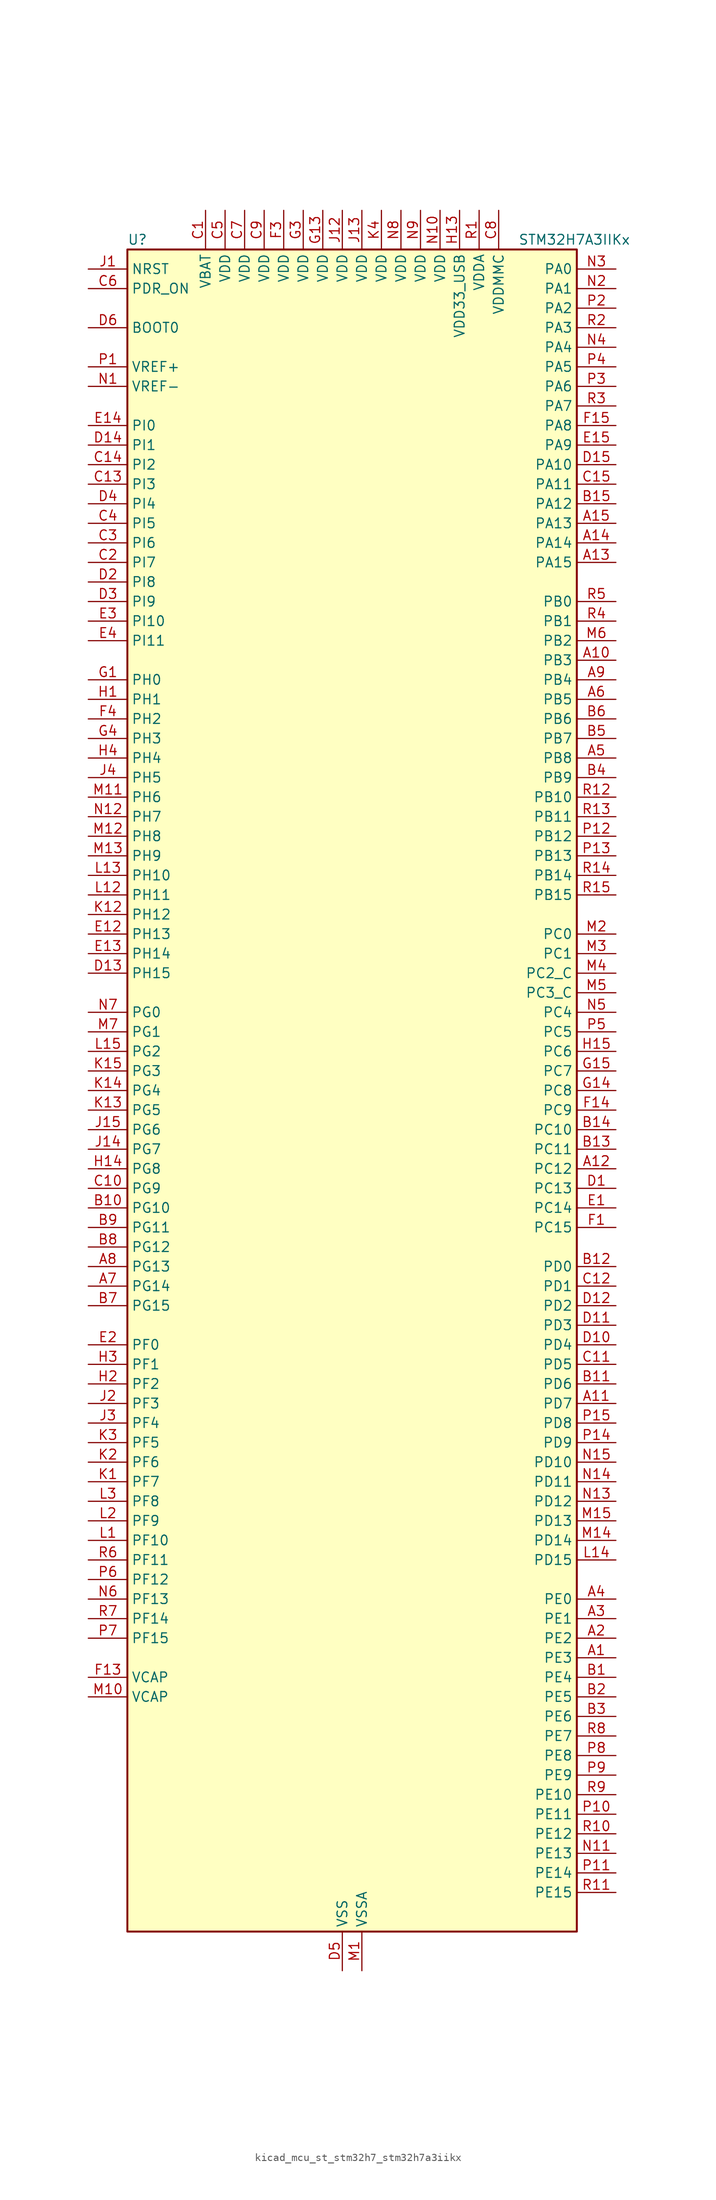
<source format=kicad_sym>
(kicad_symbol_lib
  (version 20220914)
  (generator kicad_symbol_editor)
  (symbol "kicad_mcu_st_stm32h7_stm32h7a3iikx"
    (property "Reference" "U"
      (at -27.94 110.49 0)
      (effects (font (size 1.27 1.27)) (justify left)))
    (property "Value" "STM32H7A3IIKx"
      (at 22.86 110.49 0)
      (effects (font (size 1.27 1.27)) (justify left)))
    (property "ki_locked" ""
      (at 0 0 0)
      (effects (font (size 1.27 1.27))))
    (symbol "kicad_mcu_st_stm32h7_stm32h7a3iikx_0_1"
      (rectangle (start -27.94 -109.22) (end 30.48 109.22) (stroke (width 0.254) (type default)) (fill (type background))))
    (symbol "kicad_mcu_st_stm32h7_stm32h7a3iikx_1_1"
      (pin bidirectional line (at 35.56 -73.66 180) (length 5.08) (name "PE3" (effects (font (size 1.27 1.27)))) (number "A1" (effects (font (size 1.27 1.27)))) (alternate "DEBUG_TRACED0" bidirectional line) (alternate "FMC_A19" bidirectional line) (alternate "SAI1_SD_B" bidirectional line) (alternate "TIM15_BKIN" bidirectional line) (alternate "USART10_TX" bidirectional line))
      (pin bidirectional line (at 35.56 55.88 180) (length 5.08) (name "PB3" (effects (font (size 1.27 1.27)))) (number "A10" (effects (font (size 1.27 1.27)))) (alternate "CRS_SYNC" bidirectional line) (alternate "DEBUG_JTDO-SWO" bidirectional line) (alternate "I2S1_CK" bidirectional line) (alternate "I2S3_CK" bidirectional line) (alternate "I2S6_CK" bidirectional line) (alternate "SDMMC2_D2" bidirectional line) (alternate "SPI1_SCK" bidirectional line) (alternate "SPI3_SCK" bidirectional line) (alternate "SPI6_SCK" bidirectional line) (alternate "TIM2_CH2" bidirectional line) (alternate "UART7_RX" bidirectional line))
      (pin bidirectional line (at 35.56 -40.64 180) (length 5.08) (name "PD7" (effects (font (size 1.27 1.27)))) (number "A11" (effects (font (size 1.27 1.27)))) (alternate "DFSDM1_CKIN1" bidirectional line) (alternate "DFSDM1_DATIN4" bidirectional line) (alternate "FMC_NE1" bidirectional line) (alternate "I2S1_SDO" bidirectional line) (alternate "OCTOSPIM_P1_IO7" bidirectional line) (alternate "SDMMC2_CMD" bidirectional line) (alternate "SPDIFRX_IN0" bidirectional line) (alternate "SPI1_MOSI" bidirectional line) (alternate "USART2_CK" bidirectional line))
      (pin bidirectional line (at 35.56 -10.16 180) (length 5.08) (name "PC12" (effects (font (size 1.27 1.27)))) (number "A12" (effects (font (size 1.27 1.27)))) (alternate "DCMI_D9" bidirectional line) (alternate "DEBUG_TRACED3" bidirectional line) (alternate "DFSDM2_CKOUT" bidirectional line) (alternate "I2S3_SDO" bidirectional line) (alternate "I2S6_CK" bidirectional line) (alternate "LTDC_R6" bidirectional line) (alternate "PSSI_D9" bidirectional line) (alternate "SDMMC1_CK" bidirectional line) (alternate "SPI3_MOSI" bidirectional line) (alternate "SPI6_SCK" bidirectional line) (alternate "TIM15_CH1" bidirectional line) (alternate "UART5_TX" bidirectional line) (alternate "USART3_CK" bidirectional line))
      (pin bidirectional line (at 35.56 68.58 180) (length 5.08) (name "PA15" (effects (font (size 1.27 1.27)))) (number "A13" (effects (font (size 1.27 1.27)))) (alternate "ADC1_EXTI15" bidirectional line) (alternate "ADC2_EXTI15" bidirectional line) (alternate "CEC" bidirectional line) (alternate "DEBUG_JTDI" bidirectional line) (alternate "I2S1_WS" bidirectional line) (alternate "I2S3_WS" bidirectional line) (alternate "I2S6_WS" bidirectional line) (alternate "LTDC_B6" bidirectional line) (alternate "LTDC_R3" bidirectional line) (alternate "SPI1_NSS" bidirectional line) (alternate "SPI3_NSS" bidirectional line) (alternate "SPI6_NSS" bidirectional line) (alternate "TIM2_CH1" bidirectional line) (alternate "TIM2_ETR" bidirectional line) (alternate "UART4_DE" bidirectional line) (alternate "UART4_RTS" bidirectional line) (alternate "UART7_TX" bidirectional line))
      (pin bidirectional line (at 35.56 71.12 180) (length 5.08) (name "PA14" (effects (font (size 1.27 1.27)))) (number "A14" (effects (font (size 1.27 1.27)))) (alternate "DEBUG_JTCK-SWCLK" bidirectional line))
      (pin bidirectional line (at 35.56 73.66 180) (length 5.08) (name "PA13" (effects (font (size 1.27 1.27)))) (number "A15" (effects (font (size 1.27 1.27)))) (alternate "DEBUG_JTMS-SWDIO" bidirectional line))
      (pin bidirectional line (at 35.56 -71.12 180) (length 5.08) (name "PE2" (effects (font (size 1.27 1.27)))) (number "A2" (effects (font (size 1.27 1.27)))) (alternate "DEBUG_TRACECLK" bidirectional line) (alternate "FMC_A23" bidirectional line) (alternate "OCTOSPIM_P1_IO2" bidirectional line) (alternate "SAI1_CK1" bidirectional line) (alternate "SAI1_MCLK_A" bidirectional line) (alternate "SPI4_SCK" bidirectional line) (alternate "USART10_RX" bidirectional line))
      (pin bidirectional line (at 35.56 -68.58 180) (length 5.08) (name "PE1" (effects (font (size 1.27 1.27)))) (number "A3" (effects (font (size 1.27 1.27)))) (alternate "DCMI_D3" bidirectional line) (alternate "FMC_NBL1" bidirectional line) (alternate "LPTIM1_IN2" bidirectional line) (alternate "LTDC_R6" bidirectional line) (alternate "PSSI_D3" bidirectional line) (alternate "UART8_TX" bidirectional line))
      (pin bidirectional line (at 35.56 -66.04 180) (length 5.08) (name "PE0" (effects (font (size 1.27 1.27)))) (number "A4" (effects (font (size 1.27 1.27)))) (alternate "DCMI_D2" bidirectional line) (alternate "FMC_NBL0" bidirectional line) (alternate "LPTIM1_ETR" bidirectional line) (alternate "LPTIM2_ETR" bidirectional line) (alternate "LTDC_R0" bidirectional line) (alternate "PSSI_D2" bidirectional line) (alternate "SAI2_MCLK_A" bidirectional line) (alternate "TIM4_ETR" bidirectional line) (alternate "UART8_RX" bidirectional line))
      (pin bidirectional line (at 35.56 43.18 180) (length 5.08) (name "PB8" (effects (font (size 1.27 1.27)))) (number "A5" (effects (font (size 1.27 1.27)))) (alternate "DCMI_D6" bidirectional line) (alternate "DFSDM1_CKIN7" bidirectional line) (alternate "FDCAN1_RX" bidirectional line) (alternate "I2C1_SCL" bidirectional line) (alternate "I2C4_SCL" bidirectional line) (alternate "LTDC_B6" bidirectional line) (alternate "PSSI_D6" bidirectional line) (alternate "SDMMC1_CKIN" bidirectional line) (alternate "SDMMC1_D4" bidirectional line) (alternate "SDMMC2_D4" bidirectional line) (alternate "TIM16_CH1" bidirectional line) (alternate "TIM4_CH3" bidirectional line) (alternate "UART4_RX" bidirectional line))
      (pin bidirectional line (at 35.56 50.8 180) (length 5.08) (name "PB5" (effects (font (size 1.27 1.27)))) (number "A6" (effects (font (size 1.27 1.27)))) (alternate "DCMI_D10" bidirectional line) (alternate "FDCAN2_RX" bidirectional line) (alternate "FMC_SDCKE1" bidirectional line) (alternate "I2C1_SMBA" bidirectional line) (alternate "I2C4_SMBA" bidirectional line) (alternate "I2S1_SDO" bidirectional line) (alternate "I2S3_SDO" bidirectional line) (alternate "I2S6_SDO" bidirectional line) (alternate "LTDC_B5" bidirectional line) (alternate "PSSI_D10" bidirectional line) (alternate "SPI1_MOSI" bidirectional line) (alternate "SPI3_MOSI" bidirectional line) (alternate "SPI6_MOSI" bidirectional line) (alternate "TIM17_BKIN" bidirectional line) (alternate "TIM3_CH2" bidirectional line) (alternate "UART5_RX" bidirectional line) (alternate "USB_OTG_HS_ULPI_D7" bidirectional line))
      (pin bidirectional line (at -33.02 -25.4 0) (length 5.08) (name "PG14" (effects (font (size 1.27 1.27)))) (number "A7" (effects (font (size 1.27 1.27)))) (alternate "DEBUG_TRACED1" bidirectional line) (alternate "FMC_A25" bidirectional line) (alternate "I2S6_SDO" bidirectional line) (alternate "LPTIM1_ETR" bidirectional line) (alternate "LTDC_B0" bidirectional line) (alternate "OCTOSPIM_P1_IO7" bidirectional line) (alternate "SDMMC2_D7" bidirectional line) (alternate "SPI6_MOSI" bidirectional line) (alternate "USART10_DE" bidirectional line) (alternate "USART10_RTS" bidirectional line) (alternate "USART6_TX" bidirectional line))
      (pin bidirectional line (at -33.02 -22.86 0) (length 5.08) (name "PG13" (effects (font (size 1.27 1.27)))) (number "A8" (effects (font (size 1.27 1.27)))) (alternate "DEBUG_TRACED0" bidirectional line) (alternate "FMC_A24" bidirectional line) (alternate "I2S6_CK" bidirectional line) (alternate "LPTIM1_OUT" bidirectional line) (alternate "LTDC_R0" bidirectional line) (alternate "SDMMC2_D6" bidirectional line) (alternate "SPI6_SCK" bidirectional line) (alternate "USART10_CTS" bidirectional line) (alternate "USART10_NSS" bidirectional line) (alternate "USART6_CTS" bidirectional line) (alternate "USART6_NSS" bidirectional line))
      (pin bidirectional line (at 35.56 53.34 180) (length 5.08) (name "PB4" (effects (font (size 1.27 1.27)))) (number "A9" (effects (font (size 1.27 1.27)))) (alternate "DEBUG_JTRST" bidirectional line) (alternate "I2S1_SDI" bidirectional line) (alternate "I2S2_WS" bidirectional line) (alternate "I2S3_SDI" bidirectional line) (alternate "I2S6_SDI" bidirectional line) (alternate "SDMMC2_D3" bidirectional line) (alternate "SPI1_MISO" bidirectional line) (alternate "SPI2_NSS" bidirectional line) (alternate "SPI3_MISO" bidirectional line) (alternate "SPI6_MISO" bidirectional line) (alternate "TIM16_BKIN" bidirectional line) (alternate "TIM3_CH1" bidirectional line) (alternate "UART7_TX" bidirectional line))
      (pin bidirectional line (at 35.56 -76.2 180) (length 5.08) (name "PE4" (effects (font (size 1.27 1.27)))) (number "B1" (effects (font (size 1.27 1.27)))) (alternate "DCMI_D4" bidirectional line) (alternate "DEBUG_TRACED1" bidirectional line) (alternate "DFSDM1_DATIN3" bidirectional line) (alternate "FMC_A20" bidirectional line) (alternate "LTDC_B0" bidirectional line) (alternate "PSSI_D4" bidirectional line) (alternate "SAI1_D2" bidirectional line) (alternate "SAI1_FS_A" bidirectional line) (alternate "SPI4_NSS" bidirectional line) (alternate "TIM15_CH1N" bidirectional line))
      (pin bidirectional line (at -33.02 -15.24 0) (length 5.08) (name "PG10" (effects (font (size 1.27 1.27)))) (number "B10" (effects (font (size 1.27 1.27)))) (alternate "DCMI_D2" bidirectional line) (alternate "FMC_NE3" bidirectional line) (alternate "I2S1_WS" bidirectional line) (alternate "LTDC_B2" bidirectional line) (alternate "LTDC_G3" bidirectional line) (alternate "OCTOSPIM_P2_IO6" bidirectional line) (alternate "PSSI_D2" bidirectional line) (alternate "SAI2_SD_B" bidirectional line) (alternate "SDMMC2_D1" bidirectional line) (alternate "SPI1_NSS" bidirectional line))
      (pin bidirectional line (at 35.56 -38.1 180) (length 5.08) (name "PD6" (effects (font (size 1.27 1.27)))) (number "B11" (effects (font (size 1.27 1.27)))) (alternate "DCMI_D10" bidirectional line) (alternate "DFSDM1_CKIN4" bidirectional line) (alternate "DFSDM1_DATIN1" bidirectional line) (alternate "FMC_NWAIT" bidirectional line) (alternate "I2S3_SDO" bidirectional line) (alternate "LTDC_B2" bidirectional line) (alternate "OCTOSPIM_P1_IO6" bidirectional line) (alternate "PSSI_D10" bidirectional line) (alternate "SAI1_D1" bidirectional line) (alternate "SAI1_SD_A" bidirectional line) (alternate "SDMMC2_CK" bidirectional line) (alternate "SPI3_MOSI" bidirectional line) (alternate "USART2_RX" bidirectional line))
      (pin bidirectional line (at 35.56 -22.86 180) (length 5.08) (name "PD0" (effects (font (size 1.27 1.27)))) (number "B12" (effects (font (size 1.27 1.27)))) (alternate "DFSDM1_CKIN6" bidirectional line) (alternate "FDCAN1_RX" bidirectional line) (alternate "FMC_D2" bidirectional line) (alternate "FMC_DA2" bidirectional line) (alternate "LTDC_B1" bidirectional line) (alternate "UART4_RX" bidirectional line) (alternate "UART9_CTS" bidirectional line))
      (pin bidirectional line (at 35.56 -7.62 180) (length 5.08) (name "PC11" (effects (font (size 1.27 1.27)))) (number "B13" (effects (font (size 1.27 1.27)))) (alternate "ADC1_EXTI11" bidirectional line) (alternate "ADC2_EXTI11" bidirectional line) (alternate "DCMI_D4" bidirectional line) (alternate "DFSDM1_DATIN5" bidirectional line) (alternate "DFSDM2_DATIN0" bidirectional line) (alternate "I2S3_SDI" bidirectional line) (alternate "LTDC_B4" bidirectional line) (alternate "OCTOSPIM_P1_NCS" bidirectional line) (alternate "PSSI_D4" bidirectional line) (alternate "SDMMC1_D3" bidirectional line) (alternate "SPI3_MISO" bidirectional line) (alternate "UART4_RX" bidirectional line) (alternate "USART3_RX" bidirectional line))
      (pin bidirectional line (at 35.56 -5.08 180) (length 5.08) (name "PC10" (effects (font (size 1.27 1.27)))) (number "B14" (effects (font (size 1.27 1.27)))) (alternate "DCMI_D8" bidirectional line) (alternate "DFSDM1_CKIN5" bidirectional line) (alternate "DFSDM2_CKIN0" bidirectional line) (alternate "I2S3_CK" bidirectional line) (alternate "LTDC_B1" bidirectional line) (alternate "LTDC_R2" bidirectional line) (alternate "OCTOSPIM_P1_IO1" bidirectional line) (alternate "PSSI_D8" bidirectional line) (alternate "SDMMC1_D2" bidirectional line) (alternate "SPI3_SCK" bidirectional line) (alternate "SWPMI1_RX" bidirectional line) (alternate "UART4_TX" bidirectional line) (alternate "USART3_TX" bidirectional line))
      (pin bidirectional line (at 35.56 76.2 180) (length 5.08) (name "PA12" (effects (font (size 1.27 1.27)))) (number "B15" (effects (font (size 1.27 1.27)))) (alternate "FDCAN1_TX" bidirectional line) (alternate "I2S2_CK" bidirectional line) (alternate "LPUART1_DE" bidirectional line) (alternate "LPUART1_RTS" bidirectional line) (alternate "LTDC_R5" bidirectional line) (alternate "SAI2_FS_B" bidirectional line) (alternate "SPI2_SCK" bidirectional line) (alternate "TIM1_ETR" bidirectional line) (alternate "UART4_TX" bidirectional line) (alternate "USART1_DE" bidirectional line) (alternate "USART1_RTS" bidirectional line) (alternate "USB_OTG_HS_DP" bidirectional line))
      (pin bidirectional line (at 35.56 -78.74 180) (length 5.08) (name "PE5" (effects (font (size 1.27 1.27)))) (number "B2" (effects (font (size 1.27 1.27)))) (alternate "DCMI_D6" bidirectional line) (alternate "DEBUG_TRACED2" bidirectional line) (alternate "DFSDM1_CKIN3" bidirectional line) (alternate "FMC_A21" bidirectional line) (alternate "LTDC_G0" bidirectional line) (alternate "PSSI_D6" bidirectional line) (alternate "SAI1_CK2" bidirectional line) (alternate "SAI1_SCK_A" bidirectional line) (alternate "SPI4_MISO" bidirectional line) (alternate "TIM15_CH1" bidirectional line))
      (pin bidirectional line (at 35.56 -81.28 180) (length 5.08) (name "PE6" (effects (font (size 1.27 1.27)))) (number "B3" (effects (font (size 1.27 1.27)))) (alternate "DCMI_D7" bidirectional line) (alternate "DEBUG_TRACED3" bidirectional line) (alternate "FMC_A22" bidirectional line) (alternate "LTDC_G1" bidirectional line) (alternate "PSSI_D7" bidirectional line) (alternate "SAI1_D1" bidirectional line) (alternate "SAI1_SD_A" bidirectional line) (alternate "SAI2_MCLK_B" bidirectional line) (alternate "SPI4_MOSI" bidirectional line) (alternate "TIM15_CH2" bidirectional line) (alternate "TIM1_BKIN2" bidirectional line) (alternate "TIM1_BKIN2_COMP1" bidirectional line) (alternate "TIM1_BKIN2_COMP2" bidirectional line))
      (pin bidirectional line (at 35.56 40.64 180) (length 5.08) (name "PB9" (effects (font (size 1.27 1.27)))) (number "B4" (effects (font (size 1.27 1.27)))) (alternate "DAC1_EXTI9" bidirectional line) (alternate "DCMI_D7" bidirectional line) (alternate "DFSDM1_DATIN7" bidirectional line) (alternate "FDCAN1_TX" bidirectional line) (alternate "I2C1_SDA" bidirectional line) (alternate "I2C4_SDA" bidirectional line) (alternate "I2C4_SMBA" bidirectional line) (alternate "I2S2_WS" bidirectional line) (alternate "LTDC_B7" bidirectional line) (alternate "PSSI_D7" bidirectional line) (alternate "SDMMC1_CDIR" bidirectional line) (alternate "SDMMC1_D5" bidirectional line) (alternate "SDMMC2_D5" bidirectional line) (alternate "SPI2_NSS" bidirectional line) (alternate "TIM17_CH1" bidirectional line) (alternate "TIM4_CH4" bidirectional line) (alternate "UART4_TX" bidirectional line))
      (pin bidirectional line (at 35.56 45.72 180) (length 5.08) (name "PB7" (effects (font (size 1.27 1.27)))) (number "B5" (effects (font (size 1.27 1.27)))) (alternate "DCMI_VSYNC" bidirectional line) (alternate "DFSDM1_CKIN5" bidirectional line) (alternate "FMC_NL" bidirectional line) (alternate "I2C1_SDA" bidirectional line) (alternate "I2C4_SDA" bidirectional line) (alternate "LPUART1_RX" bidirectional line) (alternate "PSSI_RDY" bidirectional line) (alternate "PWR_PVD_IN" bidirectional line) (alternate "TIM17_CH1N" bidirectional line) (alternate "TIM4_CH2" bidirectional line) (alternate "USART1_RX" bidirectional line))
      (pin bidirectional line (at 35.56 48.26 180) (length 5.08) (name "PB6" (effects (font (size 1.27 1.27)))) (number "B6" (effects (font (size 1.27 1.27)))) (alternate "CEC" bidirectional line) (alternate "DCMI_D5" bidirectional line) (alternate "DFSDM1_DATIN5" bidirectional line) (alternate "FDCAN2_TX" bidirectional line) (alternate "FMC_SDNE1" bidirectional line) (alternate "I2C1_SCL" bidirectional line) (alternate "I2C4_SCL" bidirectional line) (alternate "LPUART1_TX" bidirectional line) (alternate "OCTOSPIM_P1_NCS" bidirectional line) (alternate "PSSI_D5" bidirectional line) (alternate "TIM16_CH1N" bidirectional line) (alternate "TIM4_CH1" bidirectional line) (alternate "UART5_TX" bidirectional line) (alternate "USART1_TX" bidirectional line))
      (pin bidirectional line (at -33.02 -27.94 0) (length 5.08) (name "PG15" (effects (font (size 1.27 1.27)))) (number "B7" (effects (font (size 1.27 1.27)))) (alternate "ADC1_EXTI15" bidirectional line) (alternate "ADC2_EXTI15" bidirectional line) (alternate "DCMI_D13" bidirectional line) (alternate "FMC_SDNCAS" bidirectional line) (alternate "OCTOSPIM_P2_DQS" bidirectional line) (alternate "PSSI_D13" bidirectional line) (alternate "USART10_CK" bidirectional line) (alternate "USART6_CTS" bidirectional line) (alternate "USART6_NSS" bidirectional line))
      (pin bidirectional line (at -33.02 -20.32 0) (length 5.08) (name "PG12" (effects (font (size 1.27 1.27)))) (number "B8" (effects (font (size 1.27 1.27)))) (alternate "FMC_NE4" bidirectional line) (alternate "I2S6_SDI" bidirectional line) (alternate "LPTIM1_IN1" bidirectional line) (alternate "LTDC_B1" bidirectional line) (alternate "LTDC_B4" bidirectional line) (alternate "OCTOSPIM_P2_NCS" bidirectional line) (alternate "SDMMC2_D3" bidirectional line) (alternate "SPDIFRX_IN1" bidirectional line) (alternate "SPI6_MISO" bidirectional line) (alternate "USART10_TX" bidirectional line) (alternate "USART6_DE" bidirectional line) (alternate "USART6_RTS" bidirectional line))
      (pin bidirectional line (at -33.02 -17.78 0) (length 5.08) (name "PG11" (effects (font (size 1.27 1.27)))) (number "B9" (effects (font (size 1.27 1.27)))) (alternate "ADC1_EXTI11" bidirectional line) (alternate "ADC2_EXTI11" bidirectional line) (alternate "DCMI_D3" bidirectional line) (alternate "I2S1_CK" bidirectional line) (alternate "LPTIM1_IN2" bidirectional line) (alternate "LTDC_B3" bidirectional line) (alternate "OCTOSPIM_P2_IO7" bidirectional line) (alternate "PSSI_D3" bidirectional line) (alternate "SDMMC2_D2" bidirectional line) (alternate "SPDIFRX_IN0" bidirectional line) (alternate "SPI1_SCK" bidirectional line) (alternate "USART10_RX" bidirectional line))
      (pin power_in line (at -17.78 114.3 270) (length 5.08) (name "VBAT" (effects (font (size 1.27 1.27)))) (number "C1" (effects (font (size 1.27 1.27)))))
      (pin bidirectional line (at -33.02 -12.7 0) (length 5.08) (name "PG9" (effects (font (size 1.27 1.27)))) (number "C10" (effects (font (size 1.27 1.27)))) (alternate "DAC1_EXTI9" bidirectional line) (alternate "DCMI_VSYNC" bidirectional line) (alternate "FMC_NCE" bidirectional line) (alternate "FMC_NE2" bidirectional line) (alternate "I2S1_SDI" bidirectional line) (alternate "OCTOSPIM_P1_IO6" bidirectional line) (alternate "PSSI_RDY" bidirectional line) (alternate "SAI2_FS_B" bidirectional line) (alternate "SDMMC2_D0" bidirectional line) (alternate "SPDIFRX_IN3" bidirectional line) (alternate "SPI1_MISO" bidirectional line) (alternate "USART6_RX" bidirectional line))
      (pin bidirectional line (at 35.56 -35.56 180) (length 5.08) (name "PD5" (effects (font (size 1.27 1.27)))) (number "C11" (effects (font (size 1.27 1.27)))) (alternate "FMC_NWE" bidirectional line) (alternate "OCTOSPIM_P1_IO5" bidirectional line) (alternate "USART2_TX" bidirectional line))
      (pin bidirectional line (at 35.56 -25.4 180) (length 5.08) (name "PD1" (effects (font (size 1.27 1.27)))) (number "C12" (effects (font (size 1.27 1.27)))) (alternate "DFSDM1_DATIN6" bidirectional line) (alternate "FDCAN1_TX" bidirectional line) (alternate "FMC_D3" bidirectional line) (alternate "FMC_DA3" bidirectional line) (alternate "UART4_TX" bidirectional line))
      (pin bidirectional line (at -33.02 78.74 0) (length 5.08) (name "PI3" (effects (font (size 1.27 1.27)))) (number "C13" (effects (font (size 1.27 1.27)))) (alternate "DCMI_D10" bidirectional line) (alternate "FMC_D27" bidirectional line) (alternate "I2S2_SDO" bidirectional line) (alternate "PSSI_D10" bidirectional line) (alternate "SPI2_MOSI" bidirectional line) (alternate "TIM8_ETR" bidirectional line))
      (pin bidirectional line (at -33.02 81.28 0) (length 5.08) (name "PI2" (effects (font (size 1.27 1.27)))) (number "C14" (effects (font (size 1.27 1.27)))) (alternate "DCMI_D9" bidirectional line) (alternate "FMC_D26" bidirectional line) (alternate "I2S2_SDI" bidirectional line) (alternate "LTDC_G7" bidirectional line) (alternate "PSSI_D9" bidirectional line) (alternate "SPI2_MISO" bidirectional line) (alternate "TIM8_CH4" bidirectional line))
      (pin bidirectional line (at 35.56 78.74 180) (length 5.08) (name "PA11" (effects (font (size 1.27 1.27)))) (number "C15" (effects (font (size 1.27 1.27)))) (alternate "ADC1_EXTI11" bidirectional line) (alternate "ADC2_EXTI11" bidirectional line) (alternate "FDCAN1_RX" bidirectional line) (alternate "I2S2_WS" bidirectional line) (alternate "LPUART1_CTS" bidirectional line) (alternate "LTDC_R4" bidirectional line) (alternate "SPI2_NSS" bidirectional line) (alternate "TIM1_CH4" bidirectional line) (alternate "UART4_RX" bidirectional line) (alternate "USART1_CTS" bidirectional line) (alternate "USART1_NSS" bidirectional line) (alternate "USB_OTG_HS_DM" bidirectional line))
      (pin bidirectional line (at -33.02 68.58 0) (length 5.08) (name "PI7" (effects (font (size 1.27 1.27)))) (number "C2" (effects (font (size 1.27 1.27)))) (alternate "DCMI_D7" bidirectional line) (alternate "FMC_D29" bidirectional line) (alternate "LTDC_B7" bidirectional line) (alternate "PSSI_D7" bidirectional line) (alternate "SAI2_FS_A" bidirectional line) (alternate "TIM8_CH3" bidirectional line))
      (pin bidirectional line (at -33.02 71.12 0) (length 5.08) (name "PI6" (effects (font (size 1.27 1.27)))) (number "C3" (effects (font (size 1.27 1.27)))) (alternate "DCMI_D6" bidirectional line) (alternate "FMC_D28" bidirectional line) (alternate "LTDC_B6" bidirectional line) (alternate "PSSI_D6" bidirectional line) (alternate "SAI2_SD_A" bidirectional line) (alternate "TIM8_CH2" bidirectional line))
      (pin bidirectional line (at -33.02 73.66 0) (length 5.08) (name "PI5" (effects (font (size 1.27 1.27)))) (number "C4" (effects (font (size 1.27 1.27)))) (alternate "DCMI_VSYNC" bidirectional line) (alternate "FMC_NBL3" bidirectional line) (alternate "LTDC_B5" bidirectional line) (alternate "PSSI_RDY" bidirectional line) (alternate "SAI2_SCK_A" bidirectional line) (alternate "TIM8_CH1" bidirectional line))
      (pin power_in line (at -15.24 114.3 270) (length 5.08) (name "VDD" (effects (font (size 1.27 1.27)))) (number "C5" (effects (font (size 1.27 1.27)))))
      (pin input line (at -33.02 104.14 0) (length 5.08) (name "PDR_ON" (effects (font (size 1.27 1.27)))) (number "C6" (effects (font (size 1.27 1.27)))))
      (pin power_in line (at -12.7 114.3 270) (length 5.08) (name "VDD" (effects (font (size 1.27 1.27)))) (number "C7" (effects (font (size 1.27 1.27)))))
      (pin power_in line (at 20.32 114.3 270) (length 5.08) (name "VDDMMC" (effects (font (size 1.27 1.27)))) (number "C8" (effects (font (size 1.27 1.27)))))
      (pin power_in line (at -10.16 114.3 270) (length 5.08) (name "VDD" (effects (font (size 1.27 1.27)))) (number "C9" (effects (font (size 1.27 1.27)))))
      (pin bidirectional line (at 35.56 -12.7 180) (length 5.08) (name "PC13" (effects (font (size 1.27 1.27)))) (number "D1" (effects (font (size 1.27 1.27)))) (alternate "PWR_WKUP4" bidirectional line) (alternate "RTC_OUT_ALARM" bidirectional line) (alternate "RTC_OUT_CALIB" bidirectional line) (alternate "RTC_TAMP1" bidirectional line) (alternate "RTC_TS" bidirectional line))
      (pin bidirectional line (at 35.56 -33.02 180) (length 5.08) (name "PD4" (effects (font (size 1.27 1.27)))) (number "D10" (effects (font (size 1.27 1.27)))) (alternate "FMC_NOE" bidirectional line) (alternate "OCTOSPIM_P1_IO4" bidirectional line) (alternate "USART2_DE" bidirectional line) (alternate "USART2_RTS" bidirectional line))
      (pin bidirectional line (at 35.56 -30.48 180) (length 5.08) (name "PD3" (effects (font (size 1.27 1.27)))) (number "D11" (effects (font (size 1.27 1.27)))) (alternate "DCMI_D5" bidirectional line) (alternate "DFSDM1_CKOUT" bidirectional line) (alternate "FMC_CLK" bidirectional line) (alternate "I2S2_CK" bidirectional line) (alternate "LTDC_G7" bidirectional line) (alternate "PSSI_D5" bidirectional line) (alternate "SPI2_SCK" bidirectional line) (alternate "USART2_CTS" bidirectional line) (alternate "USART2_NSS" bidirectional line))
      (pin bidirectional line (at 35.56 -27.94 180) (length 5.08) (name "PD2" (effects (font (size 1.27 1.27)))) (number "D12" (effects (font (size 1.27 1.27)))) (alternate "DCMI_D11" bidirectional line) (alternate "DEBUG_TRACED2" bidirectional line) (alternate "LTDC_B2" bidirectional line) (alternate "LTDC_B7" bidirectional line) (alternate "PSSI_D11" bidirectional line) (alternate "SDMMC1_CMD" bidirectional line) (alternate "TIM15_BKIN" bidirectional line) (alternate "TIM3_ETR" bidirectional line) (alternate "UART5_RX" bidirectional line))
      (pin bidirectional line (at -33.02 15.24 0) (length 5.08) (name "PH15" (effects (font (size 1.27 1.27)))) (number "D13" (effects (font (size 1.27 1.27)))) (alternate "ADC1_EXTI15" bidirectional line) (alternate "ADC2_EXTI15" bidirectional line) (alternate "DCMI_D11" bidirectional line) (alternate "FMC_D23" bidirectional line) (alternate "LTDC_G4" bidirectional line) (alternate "PSSI_D11" bidirectional line) (alternate "TIM8_CH3N" bidirectional line))
      (pin bidirectional line (at -33.02 83.82 0) (length 5.08) (name "PI1" (effects (font (size 1.27 1.27)))) (number "D14" (effects (font (size 1.27 1.27)))) (alternate "DCMI_D8" bidirectional line) (alternate "FMC_D25" bidirectional line) (alternate "I2S2_CK" bidirectional line) (alternate "LTDC_G6" bidirectional line) (alternate "PSSI_D8" bidirectional line) (alternate "SPI2_SCK" bidirectional line) (alternate "TIM8_BKIN2" bidirectional line) (alternate "TIM8_BKIN2_COMP1" bidirectional line) (alternate "TIM8_BKIN2_COMP2" bidirectional line))
      (pin bidirectional line (at 35.56 81.28 180) (length 5.08) (name "PA10" (effects (font (size 1.27 1.27)))) (number "D15" (effects (font (size 1.27 1.27)))) (alternate "DCMI_D1" bidirectional line) (alternate "LPUART1_RX" bidirectional line) (alternate "LTDC_B1" bidirectional line) (alternate "LTDC_B4" bidirectional line) (alternate "MDIOS_MDIO" bidirectional line) (alternate "PSSI_D1" bidirectional line) (alternate "TIM1_CH3" bidirectional line) (alternate "USART1_RX" bidirectional line) (alternate "USB_OTG_HS_ID" bidirectional line))
      (pin bidirectional line (at -33.02 66.04 0) (length 5.08) (name "PI8" (effects (font (size 1.27 1.27)))) (number "D2" (effects (font (size 1.27 1.27)))) (alternate "PWR_WKUP3" bidirectional line) (alternate "RTC_OUT_ALARM" bidirectional line) (alternate "RTC_TAMP2" bidirectional line))
      (pin bidirectional line (at -33.02 63.5 0) (length 5.08) (name "PI9" (effects (font (size 1.27 1.27)))) (number "D3" (effects (font (size 1.27 1.27)))) (alternate "DAC1_EXTI9" bidirectional line) (alternate "FDCAN1_RX" bidirectional line) (alternate "FMC_D30" bidirectional line) (alternate "LTDC_VSYNC" bidirectional line) (alternate "OCTOSPIM_P2_IO0" bidirectional line) (alternate "UART4_RX" bidirectional line))
      (pin bidirectional line (at -33.02 76.2 0) (length 5.08) (name "PI4" (effects (font (size 1.27 1.27)))) (number "D4" (effects (font (size 1.27 1.27)))) (alternate "DCMI_D5" bidirectional line) (alternate "FMC_NBL2" bidirectional line) (alternate "LTDC_B4" bidirectional line) (alternate "PSSI_D5" bidirectional line) (alternate "SAI2_MCLK_A" bidirectional line) (alternate "TIM8_BKIN" bidirectional line) (alternate "TIM8_BKIN_COMP1" bidirectional line) (alternate "TIM8_BKIN_COMP2" bidirectional line))
      (pin power_in line (at 0 -114.3 90) (length 5.08) (name "VSS" (effects (font (size 1.27 1.27)))) (number "D5" (effects (font (size 1.27 1.27)))))
      (pin input line (at -33.02 99.06 0) (length 5.08) (name "BOOT0" (effects (font (size 1.27 1.27)))) (number "D6" (effects (font (size 1.27 1.27)))))
      (pin passive line (at 0 -114.3 90) (length 5.08) hide (name "VSS" (effects (font (size 1.27 1.27)))) (number "D7" (effects (font (size 1.27 1.27)))))
      (pin passive line (at 0 -114.3 90) (length 5.08) hide (name "VSS" (effects (font (size 1.27 1.27)))) (number "D8" (effects (font (size 1.27 1.27)))))
      (pin passive line (at 0 -114.3 90) (length 5.08) hide (name "VSS" (effects (font (size 1.27 1.27)))) (number "D9" (effects (font (size 1.27 1.27)))))
      (pin bidirectional line (at 35.56 -15.24 180) (length 5.08) (name "PC14" (effects (font (size 1.27 1.27)))) (number "E1" (effects (font (size 1.27 1.27)))) (alternate "RCC_OSC32_IN" bidirectional line))
      (pin bidirectional line (at -33.02 20.32 0) (length 5.08) (name "PH13" (effects (font (size 1.27 1.27)))) (number "E12" (effects (font (size 1.27 1.27)))) (alternate "FDCAN1_TX" bidirectional line) (alternate "FMC_D21" bidirectional line) (alternate "LTDC_G2" bidirectional line) (alternate "TIM8_CH1N" bidirectional line) (alternate "UART4_TX" bidirectional line))
      (pin bidirectional line (at -33.02 17.78 0) (length 5.08) (name "PH14" (effects (font (size 1.27 1.27)))) (number "E13" (effects (font (size 1.27 1.27)))) (alternate "DCMI_D4" bidirectional line) (alternate "FDCAN1_RX" bidirectional line) (alternate "FMC_D22" bidirectional line) (alternate "LTDC_G3" bidirectional line) (alternate "PSSI_D4" bidirectional line) (alternate "TIM8_CH2N" bidirectional line) (alternate "UART4_RX" bidirectional line))
      (pin bidirectional line (at -33.02 86.36 0) (length 5.08) (name "PI0" (effects (font (size 1.27 1.27)))) (number "E14" (effects (font (size 1.27 1.27)))) (alternate "DCMI_D13" bidirectional line) (alternate "FMC_D24" bidirectional line) (alternate "I2S2_WS" bidirectional line) (alternate "LTDC_G5" bidirectional line) (alternate "PSSI_D13" bidirectional line) (alternate "SPI2_NSS" bidirectional line) (alternate "TIM5_CH4" bidirectional line))
      (pin bidirectional line (at 35.56 83.82 180) (length 5.08) (name "PA9" (effects (font (size 1.27 1.27)))) (number "E15" (effects (font (size 1.27 1.27)))) (alternate "DAC1_EXTI9" bidirectional line) (alternate "DCMI_D0" bidirectional line) (alternate "I2C3_SMBA" bidirectional line) (alternate "I2S2_CK" bidirectional line) (alternate "LPUART1_TX" bidirectional line) (alternate "LTDC_R5" bidirectional line) (alternate "PSSI_D0" bidirectional line) (alternate "SPI2_SCK" bidirectional line) (alternate "TIM1_CH2" bidirectional line) (alternate "USART1_TX" bidirectional line) (alternate "USB_OTG_HS_VBUS" bidirectional line))
      (pin bidirectional line (at -33.02 -33.02 0) (length 5.08) (name "PF0" (effects (font (size 1.27 1.27)))) (number "E2" (effects (font (size 1.27 1.27)))) (alternate "FMC_A0" bidirectional line) (alternate "I2C2_SDA" bidirectional line) (alternate "OCTOSPIM_P2_IO0" bidirectional line))
      (pin bidirectional line (at -33.02 60.96 0) (length 5.08) (name "PI10" (effects (font (size 1.27 1.27)))) (number "E3" (effects (font (size 1.27 1.27)))) (alternate "FMC_D31" bidirectional line) (alternate "LTDC_HSYNC" bidirectional line) (alternate "OCTOSPIM_P2_IO1" bidirectional line) (alternate "PSSI_D14" bidirectional line))
      (pin bidirectional line (at -33.02 58.42 0) (length 5.08) (name "PI11" (effects (font (size 1.27 1.27)))) (number "E4" (effects (font (size 1.27 1.27)))) (alternate "ADC1_EXTI11" bidirectional line) (alternate "ADC2_EXTI11" bidirectional line) (alternate "LTDC_G6" bidirectional line) (alternate "OCTOSPIM_P2_IO2" bidirectional line) (alternate "PSSI_D15" bidirectional line) (alternate "PWR_WKUP5" bidirectional line) (alternate "USB_OTG_HS_ULPI_DIR" bidirectional line))
      (pin bidirectional line (at 35.56 -17.78 180) (length 5.08) (name "PC15" (effects (font (size 1.27 1.27)))) (number "F1" (effects (font (size 1.27 1.27)))) (alternate "ADC1_EXTI15" bidirectional line) (alternate "ADC2_EXTI15" bidirectional line) (alternate "RCC_OSC32_OUT" bidirectional line))
      (pin passive line (at 0 -114.3 90) (length 5.08) hide (name "VSS" (effects (font (size 1.27 1.27)))) (number "F10" (effects (font (size 1.27 1.27)))))
      (pin passive line (at 0 -114.3 90) (length 5.08) hide (name "VSS" (effects (font (size 1.27 1.27)))) (number "F12" (effects (font (size 1.27 1.27)))))
      (pin power_out line (at -33.02 -76.2 0) (length 5.08) (name "VCAP" (effects (font (size 1.27 1.27)))) (number "F13" (effects (font (size 1.27 1.27)))))
      (pin bidirectional line (at 35.56 -2.54 180) (length 5.08) (name "PC9" (effects (font (size 1.27 1.27)))) (number "F14" (effects (font (size 1.27 1.27)))) (alternate "DAC1_EXTI9" bidirectional line) (alternate "DCMI_D3" bidirectional line) (alternate "I2C3_SDA" bidirectional line) (alternate "I2S_CKIN" bidirectional line) (alternate "LTDC_B2" bidirectional line) (alternate "LTDC_G3" bidirectional line) (alternate "OCTOSPIM_P1_IO0" bidirectional line) (alternate "PSSI_D3" bidirectional line) (alternate "RCC_MCO_2" bidirectional line) (alternate "SDMMC1_D1" bidirectional line) (alternate "SWPMI1_SUSPEND" bidirectional line) (alternate "TIM3_CH4" bidirectional line) (alternate "TIM8_CH4" bidirectional line) (alternate "UART5_CTS" bidirectional line))
      (pin bidirectional line (at 35.56 86.36 180) (length 5.08) (name "PA8" (effects (font (size 1.27 1.27)))) (number "F15" (effects (font (size 1.27 1.27)))) (alternate "I2C3_SCL" bidirectional line) (alternate "LTDC_B3" bidirectional line) (alternate "LTDC_R6" bidirectional line) (alternate "RCC_MCO_1" bidirectional line) (alternate "TIM1_CH1" bidirectional line) (alternate "TIM8_BKIN2" bidirectional line) (alternate "TIM8_BKIN2_COMP1" bidirectional line) (alternate "TIM8_BKIN2_COMP2" bidirectional line) (alternate "UART7_RX" bidirectional line) (alternate "USART1_CK" bidirectional line) (alternate "USB_OTG_HS_SOF" bidirectional line))
      (pin passive line (at 0 -114.3 90) (length 5.08) hide (name "VSS" (effects (font (size 1.27 1.27)))) (number "F2" (effects (font (size 1.27 1.27)))))
      (pin power_in line (at -7.62 114.3 270) (length 5.08) (name "VDD" (effects (font (size 1.27 1.27)))) (number "F3" (effects (font (size 1.27 1.27)))))
      (pin bidirectional line (at -33.02 48.26 0) (length 5.08) (name "PH2" (effects (font (size 1.27 1.27)))) (number "F4" (effects (font (size 1.27 1.27)))) (alternate "FMC_SDCKE0" bidirectional line) (alternate "LPTIM1_IN2" bidirectional line) (alternate "LTDC_R0" bidirectional line) (alternate "OCTOSPIM_P1_IO4" bidirectional line) (alternate "SAI2_SCK_B" bidirectional line))
      (pin passive line (at 0 -114.3 90) (length 5.08) hide (name "VSS" (effects (font (size 1.27 1.27)))) (number "F6" (effects (font (size 1.27 1.27)))))
      (pin passive line (at 0 -114.3 90) (length 5.08) hide (name "VSS" (effects (font (size 1.27 1.27)))) (number "F7" (effects (font (size 1.27 1.27)))))
      (pin passive line (at 0 -114.3 90) (length 5.08) hide (name "VSS" (effects (font (size 1.27 1.27)))) (number "F8" (effects (font (size 1.27 1.27)))))
      (pin passive line (at 0 -114.3 90) (length 5.08) hide (name "VSS" (effects (font (size 1.27 1.27)))) (number "F9" (effects (font (size 1.27 1.27)))))
      (pin bidirectional line (at -33.02 53.34 0) (length 5.08) (name "PH0" (effects (font (size 1.27 1.27)))) (number "G1" (effects (font (size 1.27 1.27)))) (alternate "RCC_OSC_IN" bidirectional line))
      (pin passive line (at 0 -114.3 90) (length 5.08) hide (name "VSS" (effects (font (size 1.27 1.27)))) (number "G10" (effects (font (size 1.27 1.27)))))
      (pin passive line (at 0 -114.3 90) (length 5.08) hide (name "VSS" (effects (font (size 1.27 1.27)))) (number "G12" (effects (font (size 1.27 1.27)))))
      (pin power_in line (at -2.54 114.3 270) (length 5.08) (name "VDD" (effects (font (size 1.27 1.27)))) (number "G13" (effects (font (size 1.27 1.27)))))
      (pin bidirectional line (at 35.56 0 180) (length 5.08) (name "PC8" (effects (font (size 1.27 1.27)))) (number "G14" (effects (font (size 1.27 1.27)))) (alternate "DCMI_D2" bidirectional line) (alternate "DEBUG_TRACED1" bidirectional line) (alternate "FMC_INT" bidirectional line) (alternate "FMC_NCE" bidirectional line) (alternate "FMC_NE2" bidirectional line) (alternate "PSSI_D2" bidirectional line) (alternate "SDMMC1_D0" bidirectional line) (alternate "SWPMI1_RX" bidirectional line) (alternate "TIM3_CH3" bidirectional line) (alternate "TIM8_CH3" bidirectional line) (alternate "UART5_DE" bidirectional line) (alternate "UART5_RTS" bidirectional line) (alternate "USART6_CK" bidirectional line))
      (pin bidirectional line (at 35.56 2.54 180) (length 5.08) (name "PC7" (effects (font (size 1.27 1.27)))) (number "G15" (effects (font (size 1.27 1.27)))) (alternate "DCMI_D1" bidirectional line) (alternate "DEBUG_TRGIO" bidirectional line) (alternate "DFSDM1_DATIN3" bidirectional line) (alternate "FMC_NE1" bidirectional line) (alternate "I2S3_MCK" bidirectional line) (alternate "LTDC_G6" bidirectional line) (alternate "PSSI_D1" bidirectional line) (alternate "SDMMC1_D123DIR" bidirectional line) (alternate "SDMMC1_D7" bidirectional line) (alternate "SDMMC2_D7" bidirectional line) (alternate "SWPMI1_TX" bidirectional line) (alternate "TIM3_CH2" bidirectional line) (alternate "TIM8_CH2" bidirectional line) (alternate "USART6_RX" bidirectional line))
      (pin passive line (at 0 -114.3 90) (length 5.08) hide (name "VSS" (effects (font (size 1.27 1.27)))) (number "G2" (effects (font (size 1.27 1.27)))))
      (pin power_in line (at -5.08 114.3 270) (length 5.08) (name "VDD" (effects (font (size 1.27 1.27)))) (number "G3" (effects (font (size 1.27 1.27)))))
      (pin bidirectional line (at -33.02 45.72 0) (length 5.08) (name "PH3" (effects (font (size 1.27 1.27)))) (number "G4" (effects (font (size 1.27 1.27)))) (alternate "FMC_SDNE0" bidirectional line) (alternate "LTDC_R1" bidirectional line) (alternate "OCTOSPIM_P1_IO5" bidirectional line) (alternate "SAI2_MCLK_B" bidirectional line))
      (pin passive line (at 0 -114.3 90) (length 5.08) hide (name "VSS" (effects (font (size 1.27 1.27)))) (number "G6" (effects (font (size 1.27 1.27)))))
      (pin passive line (at 0 -114.3 90) (length 5.08) hide (name "VSS" (effects (font (size 1.27 1.27)))) (number "G7" (effects (font (size 1.27 1.27)))))
      (pin passive line (at 0 -114.3 90) (length 5.08) hide (name "VSS" (effects (font (size 1.27 1.27)))) (number "G8" (effects (font (size 1.27 1.27)))))
      (pin passive line (at 0 -114.3 90) (length 5.08) hide (name "VSS" (effects (font (size 1.27 1.27)))) (number "G9" (effects (font (size 1.27 1.27)))))
      (pin bidirectional line (at -33.02 50.8 0) (length 5.08) (name "PH1" (effects (font (size 1.27 1.27)))) (number "H1" (effects (font (size 1.27 1.27)))) (alternate "RCC_OSC_OUT" bidirectional line))
      (pin passive line (at 0 -114.3 90) (length 5.08) hide (name "VSS" (effects (font (size 1.27 1.27)))) (number "H10" (effects (font (size 1.27 1.27)))))
      (pin passive line (at 0 -114.3 90) (length 5.08) hide (name "VSS" (effects (font (size 1.27 1.27)))) (number "H12" (effects (font (size 1.27 1.27)))))
      (pin power_in line (at 15.24 114.3 270) (length 5.08) (name "VDD33_USB" (effects (font (size 1.27 1.27)))) (number "H13" (effects (font (size 1.27 1.27)))))
      (pin bidirectional line (at -33.02 -10.16 0) (length 5.08) (name "PG8" (effects (font (size 1.27 1.27)))) (number "H14" (effects (font (size 1.27 1.27)))) (alternate "FMC_SDCLK" bidirectional line) (alternate "I2S6_WS" bidirectional line) (alternate "LTDC_G7" bidirectional line) (alternate "SPDIFRX_IN2" bidirectional line) (alternate "SPI6_NSS" bidirectional line) (alternate "TIM8_ETR" bidirectional line) (alternate "USART6_DE" bidirectional line) (alternate "USART6_RTS" bidirectional line))
      (pin bidirectional line (at 35.56 5.08 180) (length 5.08) (name "PC6" (effects (font (size 1.27 1.27)))) (number "H15" (effects (font (size 1.27 1.27)))) (alternate "DCMI_D0" bidirectional line) (alternate "DFSDM1_CKIN3" bidirectional line) (alternate "FMC_NWAIT" bidirectional line) (alternate "I2S2_MCK" bidirectional line) (alternate "LTDC_HSYNC" bidirectional line) (alternate "PSSI_D0" bidirectional line) (alternate "SDMMC1_D0DIR" bidirectional line) (alternate "SDMMC1_D6" bidirectional line) (alternate "SDMMC2_D6" bidirectional line) (alternate "SWPMI1_IO" bidirectional line) (alternate "TIM3_CH1" bidirectional line) (alternate "TIM8_CH1" bidirectional line) (alternate "USART6_TX" bidirectional line))
      (pin bidirectional line (at -33.02 -38.1 0) (length 5.08) (name "PF2" (effects (font (size 1.27 1.27)))) (number "H2" (effects (font (size 1.27 1.27)))) (alternate "FMC_A2" bidirectional line) (alternate "I2C2_SMBA" bidirectional line) (alternate "OCTOSPIM_P2_IO2" bidirectional line))
      (pin bidirectional line (at -33.02 -35.56 0) (length 5.08) (name "PF1" (effects (font (size 1.27 1.27)))) (number "H3" (effects (font (size 1.27 1.27)))) (alternate "FMC_A1" bidirectional line) (alternate "I2C2_SCL" bidirectional line) (alternate "OCTOSPIM_P2_IO1" bidirectional line))
      (pin bidirectional line (at -33.02 43.18 0) (length 5.08) (name "PH4" (effects (font (size 1.27 1.27)))) (number "H4" (effects (font (size 1.27 1.27)))) (alternate "I2C2_SCL" bidirectional line) (alternate "LTDC_G4" bidirectional line) (alternate "LTDC_G5" bidirectional line) (alternate "PSSI_D14" bidirectional line) (alternate "USB_OTG_HS_ULPI_NXT" bidirectional line))
      (pin passive line (at 0 -114.3 90) (length 5.08) hide (name "VSS" (effects (font (size 1.27 1.27)))) (number "H6" (effects (font (size 1.27 1.27)))))
      (pin passive line (at 0 -114.3 90) (length 5.08) hide (name "VSS" (effects (font (size 1.27 1.27)))) (number "H7" (effects (font (size 1.27 1.27)))))
      (pin passive line (at 0 -114.3 90) (length 5.08) hide (name "VSS" (effects (font (size 1.27 1.27)))) (number "H8" (effects (font (size 1.27 1.27)))))
      (pin passive line (at 0 -114.3 90) (length 5.08) hide (name "VSS" (effects (font (size 1.27 1.27)))) (number "H9" (effects (font (size 1.27 1.27)))))
      (pin input line (at -33.02 106.68 0) (length 5.08) (name "NRST" (effects (font (size 1.27 1.27)))) (number "J1" (effects (font (size 1.27 1.27)))))
      (pin passive line (at 0 -114.3 90) (length 5.08) hide (name "VSS" (effects (font (size 1.27 1.27)))) (number "J10" (effects (font (size 1.27 1.27)))))
      (pin power_in line (at 0 114.3 270) (length 5.08) (name "VDD" (effects (font (size 1.27 1.27)))) (number "J12" (effects (font (size 1.27 1.27)))))
      (pin power_in line (at 2.54 114.3 270) (length 5.08) (name "VDD" (effects (font (size 1.27 1.27)))) (number "J13" (effects (font (size 1.27 1.27)))))
      (pin bidirectional line (at -33.02 -7.62 0) (length 5.08) (name "PG7" (effects (font (size 1.27 1.27)))) (number "J14" (effects (font (size 1.27 1.27)))) (alternate "DCMI_D13" bidirectional line) (alternate "FMC_INT" bidirectional line) (alternate "LTDC_CLK" bidirectional line) (alternate "OCTOSPIM_P2_DQS" bidirectional line) (alternate "PSSI_D13" bidirectional line) (alternate "SAI1_MCLK_A" bidirectional line) (alternate "USART6_CK" bidirectional line))
      (pin bidirectional line (at -33.02 -5.08 0) (length 5.08) (name "PG6" (effects (font (size 1.27 1.27)))) (number "J15" (effects (font (size 1.27 1.27)))) (alternate "DCMI_D12" bidirectional line) (alternate "FMC_NE3" bidirectional line) (alternate "LTDC_R7" bidirectional line) (alternate "OCTOSPIM_P1_NCS" bidirectional line) (alternate "PSSI_D12" bidirectional line) (alternate "TIM17_BKIN" bidirectional line))
      (pin bidirectional line (at -33.02 -40.64 0) (length 5.08) (name "PF3" (effects (font (size 1.27 1.27)))) (number "J2" (effects (font (size 1.27 1.27)))) (alternate "FMC_A3" bidirectional line) (alternate "OCTOSPIM_P2_IO3" bidirectional line))
      (pin bidirectional line (at -33.02 -43.18 0) (length 5.08) (name "PF4" (effects (font (size 1.27 1.27)))) (number "J3" (effects (font (size 1.27 1.27)))) (alternate "FMC_A4" bidirectional line) (alternate "OCTOSPIM_P2_CLK" bidirectional line))
      (pin bidirectional line (at -33.02 40.64 0) (length 5.08) (name "PH5" (effects (font (size 1.27 1.27)))) (number "J4" (effects (font (size 1.27 1.27)))) (alternate "FMC_SDNWE" bidirectional line) (alternate "I2C2_SDA" bidirectional line) (alternate "SPI5_NSS" bidirectional line))
      (pin passive line (at 0 -114.3 90) (length 5.08) hide (name "VSS" (effects (font (size 1.27 1.27)))) (number "J6" (effects (font (size 1.27 1.27)))))
      (pin passive line (at 0 -114.3 90) (length 5.08) hide (name "VSS" (effects (font (size 1.27 1.27)))) (number "J7" (effects (font (size 1.27 1.27)))))
      (pin passive line (at 0 -114.3 90) (length 5.08) hide (name "VSS" (effects (font (size 1.27 1.27)))) (number "J8" (effects (font (size 1.27 1.27)))))
      (pin passive line (at 0 -114.3 90) (length 5.08) hide (name "VSS" (effects (font (size 1.27 1.27)))) (number "J9" (effects (font (size 1.27 1.27)))))
      (pin bidirectional line (at -33.02 -50.8 0) (length 5.08) (name "PF7" (effects (font (size 1.27 1.27)))) (number "K1" (effects (font (size 1.27 1.27)))) (alternate "OCTOSPIM_P1_IO2" bidirectional line) (alternate "SAI1_MCLK_B" bidirectional line) (alternate "SPI5_SCK" bidirectional line) (alternate "TIM17_CH1" bidirectional line) (alternate "UART7_TX" bidirectional line))
      (pin passive line (at 0 -114.3 90) (length 5.08) hide (name "VSS" (effects (font (size 1.27 1.27)))) (number "K10" (effects (font (size 1.27 1.27)))))
      (pin bidirectional line (at -33.02 22.86 0) (length 5.08) (name "PH12" (effects (font (size 1.27 1.27)))) (number "K12" (effects (font (size 1.27 1.27)))) (alternate "DCMI_D3" bidirectional line) (alternate "FMC_D20" bidirectional line) (alternate "I2C4_SDA" bidirectional line) (alternate "LTDC_R6" bidirectional line) (alternate "PSSI_D3" bidirectional line) (alternate "TIM5_CH3" bidirectional line))
      (pin bidirectional line (at -33.02 -2.54 0) (length 5.08) (name "PG5" (effects (font (size 1.27 1.27)))) (number "K13" (effects (font (size 1.27 1.27)))) (alternate "FMC_A15" bidirectional line) (alternate "FMC_BA1" bidirectional line) (alternate "TIM1_ETR" bidirectional line))
      (pin bidirectional line (at -33.02 0 0) (length 5.08) (name "PG4" (effects (font (size 1.27 1.27)))) (number "K14" (effects (font (size 1.27 1.27)))) (alternate "FMC_A14" bidirectional line) (alternate "FMC_BA0" bidirectional line) (alternate "TIM1_BKIN2" bidirectional line) (alternate "TIM1_BKIN2_COMP1" bidirectional line) (alternate "TIM1_BKIN2_COMP2" bidirectional line))
      (pin bidirectional line (at -33.02 2.54 0) (length 5.08) (name "PG3" (effects (font (size 1.27 1.27)))) (number "K15" (effects (font (size 1.27 1.27)))) (alternate "FMC_A13" bidirectional line) (alternate "TIM8_BKIN2" bidirectional line) (alternate "TIM8_BKIN2_COMP1" bidirectional line) (alternate "TIM8_BKIN2_COMP2" bidirectional line))
      (pin bidirectional line (at -33.02 -48.26 0) (length 5.08) (name "PF6" (effects (font (size 1.27 1.27)))) (number "K2" (effects (font (size 1.27 1.27)))) (alternate "OCTOSPIM_P1_IO3" bidirectional line) (alternate "SAI1_SD_B" bidirectional line) (alternate "SPI5_NSS" bidirectional line) (alternate "TIM16_CH1" bidirectional line) (alternate "UART7_RX" bidirectional line))
      (pin bidirectional line (at -33.02 -45.72 0) (length 5.08) (name "PF5" (effects (font (size 1.27 1.27)))) (number "K3" (effects (font (size 1.27 1.27)))) (alternate "FMC_A5" bidirectional line) (alternate "OCTOSPIM_P2_NCLK" bidirectional line))
      (pin power_in line (at 5.08 114.3 270) (length 5.08) (name "VDD" (effects (font (size 1.27 1.27)))) (number "K4" (effects (font (size 1.27 1.27)))))
      (pin passive line (at 0 -114.3 90) (length 5.08) hide (name "VSS" (effects (font (size 1.27 1.27)))) (number "K6" (effects (font (size 1.27 1.27)))))
      (pin passive line (at 0 -114.3 90) (length 5.08) hide (name "VSS" (effects (font (size 1.27 1.27)))) (number "K7" (effects (font (size 1.27 1.27)))))
      (pin passive line (at 0 -114.3 90) (length 5.08) hide (name "VSS" (effects (font (size 1.27 1.27)))) (number "K8" (effects (font (size 1.27 1.27)))))
      (pin passive line (at 0 -114.3 90) (length 5.08) hide (name "VSS" (effects (font (size 1.27 1.27)))) (number "K9" (effects (font (size 1.27 1.27)))))
      (pin bidirectional line (at -33.02 -58.42 0) (length 5.08) (name "PF10" (effects (font (size 1.27 1.27)))) (number "L1" (effects (font (size 1.27 1.27)))) (alternate "DCMI_D11" bidirectional line) (alternate "LTDC_DE" bidirectional line) (alternate "OCTOSPIM_P1_CLK" bidirectional line) (alternate "PSSI_D11" bidirectional line) (alternate "PSSI_D15" bidirectional line) (alternate "SAI1_D3" bidirectional line) (alternate "TIM16_BKIN" bidirectional line))
      (pin bidirectional line (at -33.02 25.4 0) (length 5.08) (name "PH11" (effects (font (size 1.27 1.27)))) (number "L12" (effects (font (size 1.27 1.27)))) (alternate "ADC1_EXTI11" bidirectional line) (alternate "ADC2_EXTI11" bidirectional line) (alternate "DCMI_D2" bidirectional line) (alternate "FMC_D19" bidirectional line) (alternate "I2C4_SCL" bidirectional line) (alternate "LTDC_R5" bidirectional line) (alternate "PSSI_D2" bidirectional line) (alternate "TIM5_CH2" bidirectional line))
      (pin bidirectional line (at -33.02 27.94 0) (length 5.08) (name "PH10" (effects (font (size 1.27 1.27)))) (number "L13" (effects (font (size 1.27 1.27)))) (alternate "DCMI_D1" bidirectional line) (alternate "FMC_D18" bidirectional line) (alternate "I2C4_SMBA" bidirectional line) (alternate "LTDC_R4" bidirectional line) (alternate "PSSI_D1" bidirectional line) (alternate "TIM5_CH1" bidirectional line))
      (pin bidirectional line (at 35.56 -60.96 180) (length 5.08) (name "PD15" (effects (font (size 1.27 1.27)))) (number "L14" (effects (font (size 1.27 1.27)))) (alternate "ADC1_EXTI15" bidirectional line) (alternate "ADC2_EXTI15" bidirectional line) (alternate "FMC_D1" bidirectional line) (alternate "FMC_DA1" bidirectional line) (alternate "TIM4_CH4" bidirectional line) (alternate "UART8_DE" bidirectional line) (alternate "UART8_RTS" bidirectional line) (alternate "UART9_TX" bidirectional line))
      (pin bidirectional line (at -33.02 5.08 0) (length 5.08) (name "PG2" (effects (font (size 1.27 1.27)))) (number "L15" (effects (font (size 1.27 1.27)))) (alternate "FMC_A12" bidirectional line) (alternate "TIM8_BKIN" bidirectional line) (alternate "TIM8_BKIN_COMP1" bidirectional line) (alternate "TIM8_BKIN_COMP2" bidirectional line))
      (pin bidirectional line (at -33.02 -55.88 0) (length 5.08) (name "PF9" (effects (font (size 1.27 1.27)))) (number "L2" (effects (font (size 1.27 1.27)))) (alternate "DAC1_EXTI9" bidirectional line) (alternate "OCTOSPIM_P1_IO1" bidirectional line) (alternate "SAI1_FS_B" bidirectional line) (alternate "SPI5_MOSI" bidirectional line) (alternate "TIM14_CH1" bidirectional line) (alternate "TIM17_CH1N" bidirectional line) (alternate "UART7_CTS" bidirectional line))
      (pin bidirectional line (at -33.02 -53.34 0) (length 5.08) (name "PF8" (effects (font (size 1.27 1.27)))) (number "L3" (effects (font (size 1.27 1.27)))) (alternate "OCTOSPIM_P1_IO0" bidirectional line) (alternate "SAI1_SCK_B" bidirectional line) (alternate "SPI5_MISO" bidirectional line) (alternate "TIM13_CH1" bidirectional line) (alternate "TIM16_CH1N" bidirectional line) (alternate "UART7_DE" bidirectional line) (alternate "UART7_RTS" bidirectional line))
      (pin passive line (at 0 -114.3 90) (length 5.08) hide (name "VSS" (effects (font (size 1.27 1.27)))) (number "L4" (effects (font (size 1.27 1.27)))))
      (pin power_in line (at 2.54 -114.3 90) (length 5.08) (name "VSSA" (effects (font (size 1.27 1.27)))) (number "M1" (effects (font (size 1.27 1.27)))))
      (pin power_out line (at -33.02 -78.74 0) (length 5.08) (name "VCAP" (effects (font (size 1.27 1.27)))) (number "M10" (effects (font (size 1.27 1.27)))))
      (pin bidirectional line (at -33.02 38.1 0) (length 5.08) (name "PH6" (effects (font (size 1.27 1.27)))) (number "M11" (effects (font (size 1.27 1.27)))) (alternate "DCMI_D8" bidirectional line) (alternate "FMC_SDNE1" bidirectional line) (alternate "I2C2_SMBA" bidirectional line) (alternate "PSSI_D8" bidirectional line) (alternate "SPI5_SCK" bidirectional line) (alternate "TIM12_CH1" bidirectional line))
      (pin bidirectional line (at -33.02 33.02 0) (length 5.08) (name "PH8" (effects (font (size 1.27 1.27)))) (number "M12" (effects (font (size 1.27 1.27)))) (alternate "DCMI_HSYNC" bidirectional line) (alternate "FMC_D16" bidirectional line) (alternate "I2C3_SDA" bidirectional line) (alternate "LTDC_R2" bidirectional line) (alternate "PSSI_DE" bidirectional line) (alternate "TIM5_ETR" bidirectional line))
      (pin bidirectional line (at -33.02 30.48 0) (length 5.08) (name "PH9" (effects (font (size 1.27 1.27)))) (number "M13" (effects (font (size 1.27 1.27)))) (alternate "DAC1_EXTI9" bidirectional line) (alternate "DCMI_D0" bidirectional line) (alternate "FMC_D17" bidirectional line) (alternate "I2C3_SMBA" bidirectional line) (alternate "LTDC_R3" bidirectional line) (alternate "PSSI_D0" bidirectional line) (alternate "TIM12_CH2" bidirectional line))
      (pin bidirectional line (at 35.56 -58.42 180) (length 5.08) (name "PD14" (effects (font (size 1.27 1.27)))) (number "M14" (effects (font (size 1.27 1.27)))) (alternate "FMC_D0" bidirectional line) (alternate "FMC_DA0" bidirectional line) (alternate "TIM4_CH3" bidirectional line) (alternate "UART8_CTS" bidirectional line) (alternate "UART9_RX" bidirectional line))
      (pin bidirectional line (at 35.56 -55.88 180) (length 5.08) (name "PD13" (effects (font (size 1.27 1.27)))) (number "M15" (effects (font (size 1.27 1.27)))) (alternate "DCMI_D13" bidirectional line) (alternate "FMC_A18" bidirectional line) (alternate "I2C4_SDA" bidirectional line) (alternate "LPTIM1_OUT" bidirectional line) (alternate "OCTOSPIM_P1_IO3" bidirectional line) (alternate "PSSI_D13" bidirectional line) (alternate "SAI2_SCK_A" bidirectional line) (alternate "TIM4_CH2" bidirectional line) (alternate "UART9_DE" bidirectional line) (alternate "UART9_RTS" bidirectional line))
      (pin bidirectional line (at 35.56 20.32 180) (length 5.08) (name "PC0" (effects (font (size 1.27 1.27)))) (number "M2" (effects (font (size 1.27 1.27)))) (alternate "ADC1_INP10" bidirectional line) (alternate "ADC2_INP10" bidirectional line) (alternate "DFSDM1_CKIN0" bidirectional line) (alternate "DFSDM1_DATIN4" bidirectional line) (alternate "FMC_A25" bidirectional line) (alternate "FMC_SDNWE" bidirectional line) (alternate "LTDC_G2" bidirectional line) (alternate "LTDC_R5" bidirectional line) (alternate "SAI2_FS_B" bidirectional line) (alternate "USB_OTG_HS_ULPI_STP" bidirectional line))
      (pin bidirectional line (at 35.56 17.78 180) (length 5.08) (name "PC1" (effects (font (size 1.27 1.27)))) (number "M3" (effects (font (size 1.27 1.27)))) (alternate "ADC1_INN10" bidirectional line) (alternate "ADC1_INP11" bidirectional line) (alternate "ADC2_INN10" bidirectional line) (alternate "ADC2_INP11" bidirectional line) (alternate "DEBUG_TRACED0" bidirectional line) (alternate "DFSDM1_CKIN4" bidirectional line) (alternate "DFSDM1_DATIN0" bidirectional line) (alternate "I2S2_SDO" bidirectional line) (alternate "LTDC_G5" bidirectional line) (alternate "MDIOS_MDC" bidirectional line) (alternate "OCTOSPIM_P1_IO4" bidirectional line) (alternate "PWR_WKUP6" bidirectional line) (alternate "RTC_TAMP3" bidirectional line) (alternate "SAI1_D1" bidirectional line) (alternate "SAI1_SD_A" bidirectional line) (alternate "SDMMC2_CK" bidirectional line) (alternate "SPI2_MOSI" bidirectional line))
      (pin bidirectional line (at 35.56 15.24 180) (length 5.08) (name "PC2_C" (effects (font (size 1.27 1.27)))) (number "M4" (effects (font (size 1.27 1.27)))) (alternate "ADC2_INN1" bidirectional line) (alternate "ADC2_INP0" bidirectional line) (alternate "DFSDM1_CKIN1" bidirectional line) (alternate "DFSDM1_CKOUT" bidirectional line) (alternate "FMC_SDNE0" bidirectional line) (alternate "I2S2_SDI" bidirectional line) (alternate "OCTOSPIM_P1_IO2" bidirectional line) (alternate "OCTOSPIM_P1_IO5" bidirectional line) (alternate "PWR_CSTOP" bidirectional line) (alternate "SPI2_MISO" bidirectional line) (alternate "USB_OTG_HS_ULPI_DIR" bidirectional line))
      (pin bidirectional line (at 35.56 12.7 180) (length 5.08) (name "PC3_C" (effects (font (size 1.27 1.27)))) (number "M5" (effects (font (size 1.27 1.27)))) (alternate "ADC2_INP1" bidirectional line) (alternate "DFSDM1_DATIN1" bidirectional line) (alternate "FMC_SDCKE0" bidirectional line) (alternate "I2S2_SDO" bidirectional line) (alternate "OCTOSPIM_P1_IO0" bidirectional line) (alternate "OCTOSPIM_P1_IO6" bidirectional line) (alternate "PWR_CSLEEP" bidirectional line) (alternate "SPI2_MOSI" bidirectional line) (alternate "USB_OTG_HS_ULPI_NXT" bidirectional line))
      (pin bidirectional line (at 35.56 58.42 180) (length 5.08) (name "PB2" (effects (font (size 1.27 1.27)))) (number "M6" (effects (font (size 1.27 1.27)))) (alternate "COMP1_INP" bidirectional line) (alternate "DFSDM1_CKIN1" bidirectional line) (alternate "I2S3_SDO" bidirectional line) (alternate "OCTOSPIM_P1_CLK" bidirectional line) (alternate "OCTOSPIM_P1_DQS" bidirectional line) (alternate "RTC_OUT_ALARM" bidirectional line) (alternate "RTC_OUT_CALIB" bidirectional line) (alternate "SAI1_D1" bidirectional line) (alternate "SAI1_SD_A" bidirectional line) (alternate "SPI3_MOSI" bidirectional line))
      (pin bidirectional line (at -33.02 7.62 0) (length 5.08) (name "PG1" (effects (font (size 1.27 1.27)))) (number "M7" (effects (font (size 1.27 1.27)))) (alternate "FMC_A11" bidirectional line) (alternate "OCTOSPIM_P2_IO5" bidirectional line) (alternate "OPAMP2_VINM" bidirectional line) (alternate "UART9_TX" bidirectional line))
      (pin passive line (at 0 -114.3 90) (length 5.08) hide (name "VSS" (effects (font (size 1.27 1.27)))) (number "M8" (effects (font (size 1.27 1.27)))))
      (pin passive line (at 0 -114.3 90) (length 5.08) hide (name "VSS" (effects (font (size 1.27 1.27)))) (number "M9" (effects (font (size 1.27 1.27)))))
      (pin input line (at -33.02 91.44 0) (length 5.08) (name "VREF-" (effects (font (size 1.27 1.27)))) (number "N1" (effects (font (size 1.27 1.27)))))
      (pin power_in line (at 12.7 114.3 270) (length 5.08) (name "VDD" (effects (font (size 1.27 1.27)))) (number "N10" (effects (font (size 1.27 1.27)))))
      (pin bidirectional line (at 35.56 -99.06 180) (length 5.08) (name "PE13" (effects (font (size 1.27 1.27)))) (number "N11" (effects (font (size 1.27 1.27)))) (alternate "COMP2_OUT" bidirectional line) (alternate "DFSDM1_CKIN5" bidirectional line) (alternate "FMC_D10" bidirectional line) (alternate "FMC_DA10" bidirectional line) (alternate "LTDC_DE" bidirectional line) (alternate "SAI2_FS_B" bidirectional line) (alternate "SPI4_MISO" bidirectional line) (alternate "TIM1_CH3" bidirectional line))
      (pin bidirectional line (at -33.02 35.56 0) (length 5.08) (name "PH7" (effects (font (size 1.27 1.27)))) (number "N12" (effects (font (size 1.27 1.27)))) (alternate "DCMI_D9" bidirectional line) (alternate "FMC_SDCKE1" bidirectional line) (alternate "I2C3_SCL" bidirectional line) (alternate "PSSI_D9" bidirectional line) (alternate "SPI5_MISO" bidirectional line))
      (pin bidirectional line (at 35.56 -53.34 180) (length 5.08) (name "PD12" (effects (font (size 1.27 1.27)))) (number "N13" (effects (font (size 1.27 1.27)))) (alternate "DCMI_D12" bidirectional line) (alternate "FMC_A17" bidirectional line) (alternate "FMC_ALE" bidirectional line) (alternate "I2C4_SCL" bidirectional line) (alternate "LPTIM1_IN1" bidirectional line) (alternate "LPTIM2_IN1" bidirectional line) (alternate "OCTOSPIM_P1_IO1" bidirectional line) (alternate "PSSI_D12" bidirectional line) (alternate "SAI2_FS_A" bidirectional line) (alternate "TIM4_CH1" bidirectional line) (alternate "USART3_DE" bidirectional line) (alternate "USART3_RTS" bidirectional line))
      (pin bidirectional line (at 35.56 -50.8 180) (length 5.08) (name "PD11" (effects (font (size 1.27 1.27)))) (number "N14" (effects (font (size 1.27 1.27)))) (alternate "ADC1_EXTI11" bidirectional line) (alternate "ADC2_EXTI11" bidirectional line) (alternate "FMC_A16" bidirectional line) (alternate "FMC_CLE" bidirectional line) (alternate "I2C4_SMBA" bidirectional line) (alternate "LPTIM2_IN2" bidirectional line) (alternate "OCTOSPIM_P1_IO0" bidirectional line) (alternate "SAI2_SD_A" bidirectional line) (alternate "USART3_CTS" bidirectional line) (alternate "USART3_NSS" bidirectional line))
      (pin bidirectional line (at 35.56 -48.26 180) (length 5.08) (name "PD10" (effects (font (size 1.27 1.27)))) (number "N15" (effects (font (size 1.27 1.27)))) (alternate "DFSDM1_CKOUT" bidirectional line) (alternate "DFSDM2_CKOUT" bidirectional line) (alternate "FMC_D15" bidirectional line) (alternate "FMC_DA15" bidirectional line) (alternate "LTDC_B3" bidirectional line) (alternate "USART3_CK" bidirectional line))
      (pin bidirectional line (at 35.56 104.14 180) (length 5.08) (name "PA1" (effects (font (size 1.27 1.27)))) (number "N2" (effects (font (size 1.27 1.27)))) (alternate "ADC1_INN16" bidirectional line) (alternate "ADC1_INP17" bidirectional line) (alternate "LPTIM3_OUT" bidirectional line) (alternate "LTDC_R2" bidirectional line) (alternate "OCTOSPIM_P1_DQS" bidirectional line) (alternate "OCTOSPIM_P1_IO3" bidirectional line) (alternate "SAI2_MCLK_B" bidirectional line) (alternate "TIM15_CH1N" bidirectional line) (alternate "TIM2_CH2" bidirectional line) (alternate "TIM5_CH2" bidirectional line) (alternate "UART4_RX" bidirectional line) (alternate "USART2_DE" bidirectional line) (alternate "USART2_RTS" bidirectional line))
      (pin bidirectional line (at 35.56 106.68 180) (length 5.08) (name "PA0" (effects (font (size 1.27 1.27)))) (number "N3" (effects (font (size 1.27 1.27)))) (alternate "ADC1_INP16" bidirectional line) (alternate "I2S6_WS" bidirectional line) (alternate "PWR_WKUP1" bidirectional line) (alternate "SAI2_SD_B" bidirectional line) (alternate "SDMMC2_CMD" bidirectional line) (alternate "SPI6_NSS" bidirectional line) (alternate "TIM15_BKIN" bidirectional line) (alternate "TIM2_CH1" bidirectional line) (alternate "TIM2_ETR" bidirectional line) (alternate "TIM5_CH1" bidirectional line) (alternate "TIM8_ETR" bidirectional line) (alternate "UART4_TX" bidirectional line) (alternate "USART2_CTS" bidirectional line) (alternate "USART2_NSS" bidirectional line))
      (pin bidirectional line (at 35.56 96.52 180) (length 5.08) (name "PA4" (effects (font (size 1.27 1.27)))) (number "N4" (effects (font (size 1.27 1.27)))) (alternate "ADC1_INP18" bidirectional line) (alternate "DAC1_OUT1" bidirectional line) (alternate "DCMI_HSYNC" bidirectional line) (alternate "I2S1_WS" bidirectional line) (alternate "I2S3_WS" bidirectional line) (alternate "I2S6_WS" bidirectional line) (alternate "LTDC_VSYNC" bidirectional line) (alternate "PSSI_DE" bidirectional line) (alternate "SPI1_NSS" bidirectional line) (alternate "SPI3_NSS" bidirectional line) (alternate "SPI6_NSS" bidirectional line) (alternate "TIM5_ETR" bidirectional line) (alternate "USART2_CK" bidirectional line))
      (pin bidirectional line (at 35.56 10.16 180) (length 5.08) (name "PC4" (effects (font (size 1.27 1.27)))) (number "N5" (effects (font (size 1.27 1.27)))) (alternate "ADC1_INP4" bidirectional line) (alternate "ADC2_INP4" bidirectional line) (alternate "COMP1_INM" bidirectional line) (alternate "DFSDM1_CKIN2" bidirectional line) (alternate "FMC_SDNE0" bidirectional line) (alternate "I2S1_MCK" bidirectional line) (alternate "LTDC_R7" bidirectional line) (alternate "OPAMP1_VOUT" bidirectional line) (alternate "SPDIFRX_IN2" bidirectional line))
      (pin bidirectional line (at -33.02 -66.04 0) (length 5.08) (name "PF13" (effects (font (size 1.27 1.27)))) (number "N6" (effects (font (size 1.27 1.27)))) (alternate "ADC2_INP2" bidirectional line) (alternate "DFSDM1_DATIN6" bidirectional line) (alternate "FMC_A7" bidirectional line) (alternate "I2C4_SMBA" bidirectional line))
      (pin bidirectional line (at -33.02 10.16 0) (length 5.08) (name "PG0" (effects (font (size 1.27 1.27)))) (number "N7" (effects (font (size 1.27 1.27)))) (alternate "FMC_A10" bidirectional line) (alternate "OCTOSPIM_P2_IO4" bidirectional line) (alternate "UART9_RX" bidirectional line))
      (pin power_in line (at 7.62 114.3 270) (length 5.08) (name "VDD" (effects (font (size 1.27 1.27)))) (number "N8" (effects (font (size 1.27 1.27)))))
      (pin power_in line (at 10.16 114.3 270) (length 5.08) (name "VDD" (effects (font (size 1.27 1.27)))) (number "N9" (effects (font (size 1.27 1.27)))))
      (pin input line (at -33.02 93.98 0) (length 5.08) (name "VREF+" (effects (font (size 1.27 1.27)))) (number "P1" (effects (font (size 1.27 1.27)))) (alternate "VREFBUF_OUT" bidirectional line))
      (pin bidirectional line (at 35.56 -93.98 180) (length 5.08) (name "PE11" (effects (font (size 1.27 1.27)))) (number "P10" (effects (font (size 1.27 1.27)))) (alternate "ADC1_EXTI11" bidirectional line) (alternate "ADC2_EXTI11" bidirectional line) (alternate "COMP2_INP" bidirectional line) (alternate "DFSDM1_CKIN4" bidirectional line) (alternate "FMC_D8" bidirectional line) (alternate "FMC_DA8" bidirectional line) (alternate "LTDC_G3" bidirectional line) (alternate "OCTOSPIM_P1_NCS" bidirectional line) (alternate "SAI2_SD_B" bidirectional line) (alternate "SPI4_NSS" bidirectional line) (alternate "TIM1_CH2" bidirectional line))
      (pin bidirectional line (at 35.56 -101.6 180) (length 5.08) (name "PE14" (effects (font (size 1.27 1.27)))) (number "P11" (effects (font (size 1.27 1.27)))) (alternate "FMC_D11" bidirectional line) (alternate "FMC_DA11" bidirectional line) (alternate "LTDC_CLK" bidirectional line) (alternate "SAI2_MCLK_B" bidirectional line) (alternate "SPI4_MOSI" bidirectional line) (alternate "TIM1_CH4" bidirectional line))
      (pin bidirectional line (at 35.56 33.02 180) (length 5.08) (name "PB12" (effects (font (size 1.27 1.27)))) (number "P12" (effects (font (size 1.27 1.27)))) (alternate "DFSDM1_DATIN1" bidirectional line) (alternate "DFSDM2_DATIN1" bidirectional line) (alternate "FDCAN2_RX" bidirectional line) (alternate "I2C2_SMBA" bidirectional line) (alternate "I2S2_WS" bidirectional line) (alternate "OCTOSPIM_P1_NCLK" bidirectional line) (alternate "SPI2_NSS" bidirectional line) (alternate "TIM1_BKIN" bidirectional line) (alternate "TIM1_BKIN_COMP1" bidirectional line) (alternate "TIM1_BKIN_COMP2" bidirectional line) (alternate "UART5_RX" bidirectional line) (alternate "USART3_CK" bidirectional line) (alternate "USB_OTG_HS_ULPI_D5" bidirectional line))
      (pin bidirectional line (at 35.56 30.48 180) (length 5.08) (name "PB13" (effects (font (size 1.27 1.27)))) (number "P13" (effects (font (size 1.27 1.27)))) (alternate "DCMI_D2" bidirectional line) (alternate "DFSDM1_CKIN1" bidirectional line) (alternate "DFSDM2_CKIN1" bidirectional line) (alternate "FDCAN2_TX" bidirectional line) (alternate "I2S2_CK" bidirectional line) (alternate "LPTIM2_OUT" bidirectional line) (alternate "PSSI_D2" bidirectional line) (alternate "SDMMC1_D0" bidirectional line) (alternate "SPI2_SCK" bidirectional line) (alternate "TIM1_CH1N" bidirectional line) (alternate "UART5_TX" bidirectional line) (alternate "USART3_CTS" bidirectional line) (alternate "USART3_NSS" bidirectional line) (alternate "USB_OTG_HS_ULPI_D6" bidirectional line))
      (pin bidirectional line (at 35.56 -45.72 180) (length 5.08) (name "PD9" (effects (font (size 1.27 1.27)))) (number "P14" (effects (font (size 1.27 1.27)))) (alternate "DAC1_EXTI9" bidirectional line) (alternate "DFSDM1_DATIN3" bidirectional line) (alternate "FMC_D14" bidirectional line) (alternate "FMC_DA14" bidirectional line) (alternate "USART3_RX" bidirectional line))
      (pin bidirectional line (at 35.56 -43.18 180) (length 5.08) (name "PD8" (effects (font (size 1.27 1.27)))) (number "P15" (effects (font (size 1.27 1.27)))) (alternate "DFSDM1_CKIN3" bidirectional line) (alternate "FMC_D13" bidirectional line) (alternate "FMC_DA13" bidirectional line) (alternate "SPDIFRX_IN1" bidirectional line) (alternate "USART3_TX" bidirectional line))
      (pin bidirectional line (at 35.56 101.6 180) (length 5.08) (name "PA2" (effects (font (size 1.27 1.27)))) (number "P2" (effects (font (size 1.27 1.27)))) (alternate "ADC1_INP14" bidirectional line) (alternate "DFSDM2_CKIN1" bidirectional line) (alternate "LTDC_R1" bidirectional line) (alternate "MDIOS_MDIO" bidirectional line) (alternate "PWR_WKUP2" bidirectional line) (alternate "SAI2_SCK_B" bidirectional line) (alternate "TIM15_CH1" bidirectional line) (alternate "TIM2_CH3" bidirectional line) (alternate "TIM5_CH3" bidirectional line) (alternate "USART2_TX" bidirectional line))
      (pin bidirectional line (at 35.56 91.44 180) (length 5.08) (name "PA6" (effects (font (size 1.27 1.27)))) (number "P3" (effects (font (size 1.27 1.27)))) (alternate "ADC1_INP3" bidirectional line) (alternate "ADC2_INP3" bidirectional line) (alternate "DAC2_OUT1" bidirectional line) (alternate "DCMI_PIXCLK" bidirectional line) (alternate "I2S1_SDI" bidirectional line) (alternate "I2S6_SDI" bidirectional line) (alternate "LTDC_G2" bidirectional line) (alternate "MDIOS_MDC" bidirectional line) (alternate "OCTOSPIM_P1_IO3" bidirectional line) (alternate "PSSI_PDCK" bidirectional line) (alternate "SPI1_MISO" bidirectional line) (alternate "SPI6_MISO" bidirectional line) (alternate "TIM13_CH1" bidirectional line) (alternate "TIM1_BKIN" bidirectional line) (alternate "TIM1_BKIN_COMP1" bidirectional line) (alternate "TIM1_BKIN_COMP2" bidirectional line) (alternate "TIM3_CH1" bidirectional line) (alternate "TIM8_BKIN" bidirectional line) (alternate "TIM8_BKIN_COMP1" bidirectional line) (alternate "TIM8_BKIN_COMP2" bidirectional line))
      (pin bidirectional line (at 35.56 93.98 180) (length 5.08) (name "PA5" (effects (font (size 1.27 1.27)))) (number "P4" (effects (font (size 1.27 1.27)))) (alternate "ADC1_INN18" bidirectional line) (alternate "ADC1_INP19" bidirectional line) (alternate "DAC1_OUT2" bidirectional line) (alternate "I2S1_CK" bidirectional line) (alternate "I2S6_CK" bidirectional line) (alternate "LTDC_R4" bidirectional line) (alternate "PSSI_D14" bidirectional line) (alternate "PWR_NDSTOP2" bidirectional line) (alternate "SPI1_SCK" bidirectional line) (alternate "SPI6_SCK" bidirectional line) (alternate "TIM2_CH1" bidirectional line) (alternate "TIM2_ETR" bidirectional line) (alternate "TIM8_CH1N" bidirectional line) (alternate "USB_OTG_HS_ULPI_CK" bidirectional line))
      (pin bidirectional line (at 35.56 7.62 180) (length 5.08) (name "PC5" (effects (font (size 1.27 1.27)))) (number "P5" (effects (font (size 1.27 1.27)))) (alternate "ADC1_INN4" bidirectional line) (alternate "ADC1_INP8" bidirectional line) (alternate "ADC2_INN4" bidirectional line) (alternate "ADC2_INP8" bidirectional line) (alternate "COMP1_OUT" bidirectional line) (alternate "DFSDM1_DATIN2" bidirectional line) (alternate "FMC_SDCKE0" bidirectional line) (alternate "LTDC_DE" bidirectional line) (alternate "OCTOSPIM_P1_DQS" bidirectional line) (alternate "OPAMP1_VINM" bidirectional line) (alternate "PSSI_D15" bidirectional line) (alternate "SAI1_D3" bidirectional line) (alternate "SPDIFRX_IN3" bidirectional line))
      (pin bidirectional line (at -33.02 -63.5 0) (length 5.08) (name "PF12" (effects (font (size 1.27 1.27)))) (number "P6" (effects (font (size 1.27 1.27)))) (alternate "ADC1_INN2" bidirectional line) (alternate "ADC1_INP6" bidirectional line) (alternate "FMC_A6" bidirectional line) (alternate "OCTOSPIM_P2_DQS" bidirectional line))
      (pin bidirectional line (at -33.02 -71.12 0) (length 5.08) (name "PF15" (effects (font (size 1.27 1.27)))) (number "P7" (effects (font (size 1.27 1.27)))) (alternate "ADC1_EXTI15" bidirectional line) (alternate "ADC2_EXTI15" bidirectional line) (alternate "FMC_A9" bidirectional line) (alternate "I2C4_SDA" bidirectional line))
      (pin bidirectional line (at 35.56 -86.36 180) (length 5.08) (name "PE8" (effects (font (size 1.27 1.27)))) (number "P8" (effects (font (size 1.27 1.27)))) (alternate "COMP2_OUT" bidirectional line) (alternate "DFSDM1_CKIN2" bidirectional line) (alternate "FMC_D5" bidirectional line) (alternate "FMC_DA5" bidirectional line) (alternate "OCTOSPIM_P1_IO5" bidirectional line) (alternate "OPAMP2_VINM" bidirectional line) (alternate "TIM1_CH1N" bidirectional line) (alternate "UART7_TX" bidirectional line))
      (pin bidirectional line (at 35.56 -88.9 180) (length 5.08) (name "PE9" (effects (font (size 1.27 1.27)))) (number "P9" (effects (font (size 1.27 1.27)))) (alternate "COMP2_INP" bidirectional line) (alternate "DAC1_EXTI9" bidirectional line) (alternate "DFSDM1_CKOUT" bidirectional line) (alternate "FMC_D6" bidirectional line) (alternate "FMC_DA6" bidirectional line) (alternate "OCTOSPIM_P1_IO6" bidirectional line) (alternate "OPAMP2_VINP" bidirectional line) (alternate "TIM1_CH1" bidirectional line) (alternate "UART7_DE" bidirectional line) (alternate "UART7_RTS" bidirectional line))
      (pin power_in line (at 17.78 114.3 270) (length 5.08) (name "VDDA" (effects (font (size 1.27 1.27)))) (number "R1" (effects (font (size 1.27 1.27)))))
      (pin bidirectional line (at 35.56 -96.52 180) (length 5.08) (name "PE12" (effects (font (size 1.27 1.27)))) (number "R10" (effects (font (size 1.27 1.27)))) (alternate "COMP1_OUT" bidirectional line) (alternate "DFSDM1_DATIN5" bidirectional line) (alternate "FMC_D9" bidirectional line) (alternate "FMC_DA9" bidirectional line) (alternate "LTDC_B4" bidirectional line) (alternate "SAI2_SCK_B" bidirectional line) (alternate "SPI4_SCK" bidirectional line) (alternate "TIM1_CH3N" bidirectional line))
      (pin bidirectional line (at 35.56 -104.14 180) (length 5.08) (name "PE15" (effects (font (size 1.27 1.27)))) (number "R11" (effects (font (size 1.27 1.27)))) (alternate "ADC1_EXTI15" bidirectional line) (alternate "ADC2_EXTI15" bidirectional line) (alternate "FMC_D12" bidirectional line) (alternate "FMC_DA12" bidirectional line) (alternate "LTDC_R7" bidirectional line) (alternate "TIM1_BKIN" bidirectional line) (alternate "TIM1_BKIN_COMP1" bidirectional line) (alternate "TIM1_BKIN_COMP2" bidirectional line) (alternate "USART10_CK" bidirectional line))
      (pin bidirectional line (at 35.56 38.1 180) (length 5.08) (name "PB10" (effects (font (size 1.27 1.27)))) (number "R12" (effects (font (size 1.27 1.27)))) (alternate "DFSDM1_DATIN7" bidirectional line) (alternate "I2C2_SCL" bidirectional line) (alternate "I2S2_CK" bidirectional line) (alternate "LPTIM2_IN1" bidirectional line) (alternate "LTDC_G4" bidirectional line) (alternate "OCTOSPIM_P1_NCS" bidirectional line) (alternate "SPI2_SCK" bidirectional line) (alternate "TIM2_CH3" bidirectional line) (alternate "USART3_TX" bidirectional line) (alternate "USB_OTG_HS_ULPI_D3" bidirectional line))
      (pin bidirectional line (at 35.56 35.56 180) (length 5.08) (name "PB11" (effects (font (size 1.27 1.27)))) (number "R13" (effects (font (size 1.27 1.27)))) (alternate "ADC1_EXTI11" bidirectional line) (alternate "ADC2_EXTI11" bidirectional line) (alternate "DFSDM1_CKIN7" bidirectional line) (alternate "I2C2_SDA" bidirectional line) (alternate "LPTIM2_ETR" bidirectional line) (alternate "LTDC_G5" bidirectional line) (alternate "TIM2_CH4" bidirectional line) (alternate "USART3_RX" bidirectional line) (alternate "USB_OTG_HS_ULPI_D4" bidirectional line))
      (pin bidirectional line (at 35.56 27.94 180) (length 5.08) (name "PB14" (effects (font (size 1.27 1.27)))) (number "R14" (effects (font (size 1.27 1.27)))) (alternate "DFSDM1_DATIN2" bidirectional line) (alternate "I2S2_SDI" bidirectional line) (alternate "LTDC_CLK" bidirectional line) (alternate "SDMMC2_D0" bidirectional line) (alternate "SPI2_MISO" bidirectional line) (alternate "TIM12_CH1" bidirectional line) (alternate "TIM1_CH2N" bidirectional line) (alternate "TIM8_CH2N" bidirectional line) (alternate "UART4_DE" bidirectional line) (alternate "UART4_RTS" bidirectional line) (alternate "USART1_TX" bidirectional line) (alternate "USART3_DE" bidirectional line) (alternate "USART3_RTS" bidirectional line))
      (pin bidirectional line (at 35.56 25.4 180) (length 5.08) (name "PB15" (effects (font (size 1.27 1.27)))) (number "R15" (effects (font (size 1.27 1.27)))) (alternate "ADC1_EXTI15" bidirectional line) (alternate "ADC2_EXTI15" bidirectional line) (alternate "DFSDM1_CKIN2" bidirectional line) (alternate "I2S2_SDO" bidirectional line) (alternate "LTDC_G7" bidirectional line) (alternate "RTC_REFIN" bidirectional line) (alternate "SDMMC2_D1" bidirectional line) (alternate "SPI2_MOSI" bidirectional line) (alternate "TIM12_CH2" bidirectional line) (alternate "TIM1_CH3N" bidirectional line) (alternate "TIM8_CH3N" bidirectional line) (alternate "UART4_CTS" bidirectional line) (alternate "USART1_RX" bidirectional line))
      (pin bidirectional line (at 35.56 99.06 180) (length 5.08) (name "PA3" (effects (font (size 1.27 1.27)))) (number "R2" (effects (font (size 1.27 1.27)))) (alternate "ADC1_INP15" bidirectional line) (alternate "I2S6_MCK" bidirectional line) (alternate "LTDC_B2" bidirectional line) (alternate "LTDC_B5" bidirectional line) (alternate "OCTOSPIM_P1_CLK" bidirectional line) (alternate "TIM15_CH2" bidirectional line) (alternate "TIM2_CH4" bidirectional line) (alternate "TIM5_CH4" bidirectional line) (alternate "USART2_RX" bidirectional line) (alternate "USB_OTG_HS_ULPI_D0" bidirectional line))
      (pin bidirectional line (at 35.56 88.9 180) (length 5.08) (name "PA7" (effects (font (size 1.27 1.27)))) (number "R3" (effects (font (size 1.27 1.27)))) (alternate "ADC1_INN3" bidirectional line) (alternate "ADC1_INP7" bidirectional line) (alternate "ADC2_INN3" bidirectional line) (alternate "ADC2_INP7" bidirectional line) (alternate "DFSDM2_DATIN1" bidirectional line) (alternate "FMC_SDNWE" bidirectional line) (alternate "I2S1_SDO" bidirectional line) (alternate "I2S6_SDO" bidirectional line) (alternate "LTDC_VSYNC" bidirectional line) (alternate "OCTOSPIM_P1_IO2" bidirectional line) (alternate "OPAMP1_VINM" bidirectional line) (alternate "SPI1_MOSI" bidirectional line) (alternate "SPI6_MOSI" bidirectional line) (alternate "TIM14_CH1" bidirectional line) (alternate "TIM1_CH1N" bidirectional line) (alternate "TIM3_CH2" bidirectional line) (alternate "TIM8_CH1N" bidirectional line))
      (pin bidirectional line (at 35.56 60.96 180) (length 5.08) (name "PB1" (effects (font (size 1.27 1.27)))) (number "R4" (effects (font (size 1.27 1.27)))) (alternate "ADC1_INP5" bidirectional line) (alternate "ADC2_INP5" bidirectional line) (alternate "COMP1_INM" bidirectional line) (alternate "DFSDM1_DATIN1" bidirectional line) (alternate "LTDC_G0" bidirectional line) (alternate "LTDC_R6" bidirectional line) (alternate "OCTOSPIM_P1_IO0" bidirectional line) (alternate "TIM1_CH3N" bidirectional line) (alternate "TIM3_CH4" bidirectional line) (alternate "TIM8_CH3N" bidirectional line) (alternate "USB_OTG_HS_ULPI_D2" bidirectional line))
      (pin bidirectional line (at 35.56 63.5 180) (length 5.08) (name "PB0" (effects (font (size 1.27 1.27)))) (number "R5" (effects (font (size 1.27 1.27)))) (alternate "ADC1_INN5" bidirectional line) (alternate "ADC1_INP9" bidirectional line) (alternate "ADC2_INN5" bidirectional line) (alternate "ADC2_INP9" bidirectional line) (alternate "COMP1_INP" bidirectional line) (alternate "DFSDM1_CKOUT" bidirectional line) (alternate "DFSDM2_CKOUT" bidirectional line) (alternate "LTDC_G1" bidirectional line) (alternate "LTDC_R3" bidirectional line) (alternate "OCTOSPIM_P1_IO1" bidirectional line) (alternate "OPAMP1_VINP" bidirectional line) (alternate "TIM1_CH2N" bidirectional line) (alternate "TIM3_CH3" bidirectional line) (alternate "TIM8_CH2N" bidirectional line) (alternate "UART4_CTS" bidirectional line) (alternate "USB_OTG_HS_ULPI_D1" bidirectional line))
      (pin bidirectional line (at -33.02 -60.96 0) (length 5.08) (name "PF11" (effects (font (size 1.27 1.27)))) (number "R6" (effects (font (size 1.27 1.27)))) (alternate "ADC1_EXTI11" bidirectional line) (alternate "ADC1_INP2" bidirectional line) (alternate "ADC2_EXTI11" bidirectional line) (alternate "DCMI_D12" bidirectional line) (alternate "FMC_SDNRAS" bidirectional line) (alternate "OCTOSPIM_P1_NCLK" bidirectional line) (alternate "PSSI_D12" bidirectional line) (alternate "SAI2_SD_B" bidirectional line) (alternate "SPI5_MOSI" bidirectional line))
      (pin bidirectional line (at -33.02 -68.58 0) (length 5.08) (name "PF14" (effects (font (size 1.27 1.27)))) (number "R7" (effects (font (size 1.27 1.27)))) (alternate "ADC2_INN2" bidirectional line) (alternate "ADC2_INP6" bidirectional line) (alternate "DFSDM1_CKIN6" bidirectional line) (alternate "FMC_A8" bidirectional line) (alternate "I2C4_SCL" bidirectional line))
      (pin bidirectional line (at 35.56 -83.82 180) (length 5.08) (name "PE7" (effects (font (size 1.27 1.27)))) (number "R8" (effects (font (size 1.27 1.27)))) (alternate "COMP2_INM" bidirectional line) (alternate "DFSDM1_DATIN2" bidirectional line) (alternate "FMC_D4" bidirectional line) (alternate "FMC_DA4" bidirectional line) (alternate "OCTOSPIM_P1_IO4" bidirectional line) (alternate "OPAMP2_VOUT" bidirectional line) (alternate "TIM1_ETR" bidirectional line) (alternate "UART7_RX" bidirectional line))
      (pin bidirectional line (at 35.56 -91.44 180) (length 5.08) (name "PE10" (effects (font (size 1.27 1.27)))) (number "R9" (effects (font (size 1.27 1.27)))) (alternate "COMP2_INM" bidirectional line) (alternate "DFSDM1_DATIN4" bidirectional line) (alternate "FMC_D7" bidirectional line) (alternate "FMC_DA7" bidirectional line) (alternate "OCTOSPIM_P1_IO7" bidirectional line) (alternate "TIM1_CH2N" bidirectional line) (alternate "UART7_CTS" bidirectional line)))))
</source>
